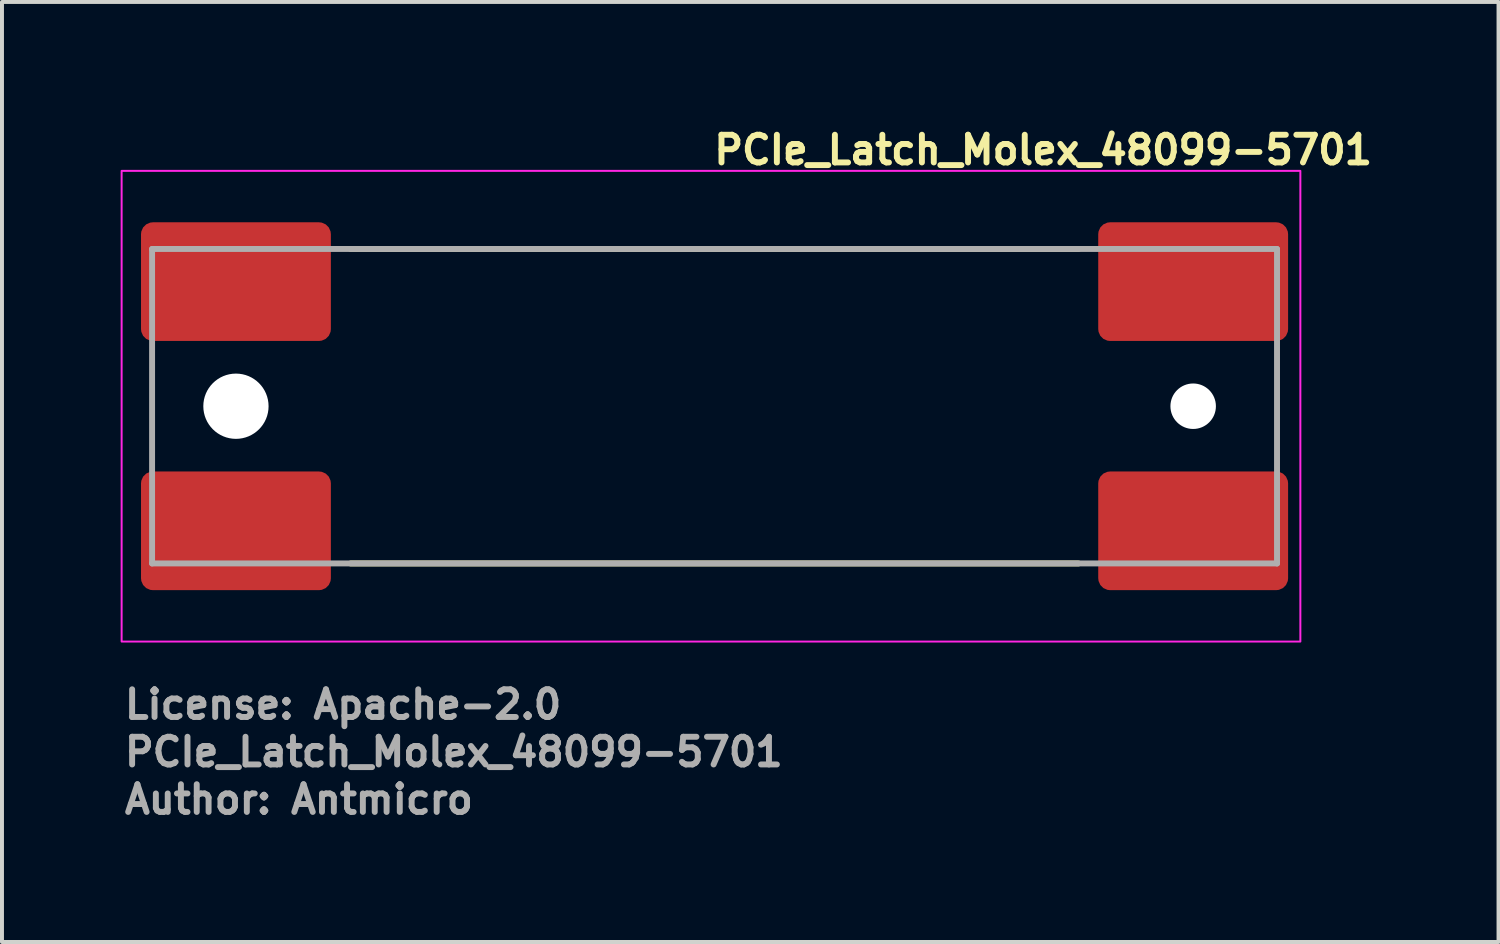
<source format=kicad_pcb>
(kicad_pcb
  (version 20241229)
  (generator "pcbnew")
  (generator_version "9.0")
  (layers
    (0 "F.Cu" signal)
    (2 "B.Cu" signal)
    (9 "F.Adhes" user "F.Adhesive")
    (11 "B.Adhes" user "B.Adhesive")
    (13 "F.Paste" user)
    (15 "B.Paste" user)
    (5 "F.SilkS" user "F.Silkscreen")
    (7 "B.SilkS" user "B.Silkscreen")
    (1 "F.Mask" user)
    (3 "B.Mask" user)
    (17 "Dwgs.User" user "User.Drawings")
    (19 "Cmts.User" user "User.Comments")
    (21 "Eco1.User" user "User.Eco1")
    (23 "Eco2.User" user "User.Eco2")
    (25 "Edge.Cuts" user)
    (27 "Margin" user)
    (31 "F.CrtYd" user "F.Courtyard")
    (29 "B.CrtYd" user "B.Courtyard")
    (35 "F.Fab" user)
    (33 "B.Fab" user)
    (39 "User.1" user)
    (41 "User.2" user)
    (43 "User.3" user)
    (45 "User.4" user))
  (footprint "PCIe_Latch_Molex_48099-5701"
    (layer "F.Cu")
    (at 14.925 7.15)
    (property "Reference" "PCIe_Latch_Molex_48099-5701" (at 0 -6 0) (layer "F.SilkS") (effects (font (size 0.7 0.7) (thickness 0.15)) (justify left bottom)))
    (attr smd)
    (fp_line (start -9.11 -3.905) (end 9.29 -3.905) (stroke (width 0.15) (type solid)) (layer "F.SilkS"))
    (fp_line (start -9.11 4.045) (end 9.29 4.045) (stroke (width 0.15) (type solid)) (layer "F.SilkS"))
    (fp_rect (start -14.9 -5.88) (end 14.9 6.02) (stroke (width 0.05) (type solid)) (fill no) (layer "F.CrtYd"))
    (fp_line (start -14.13 -3.905) (end 14.31 -3.905) (stroke (width 0.15) (type solid)) (layer "F.Fab"))
    (fp_line (start -14.13 4.045) (end -14.13 -3.905) (stroke (width 0.15) (type solid)) (layer "F.Fab"))
    (fp_line (start 14.31 -3.905) (end 14.31 4.045) (stroke (width 0.15) (type solid)) (layer "F.Fab"))
    (fp_line (start 14.31 4.045) (end -14.13 4.045) (stroke (width 0.15) (type solid)) (layer "F.Fab"))
    (fp_rect (start -14.5 -4.9) (end 14.5 4.9) (stroke (width 0.1) (type solid)) (fill no) (layer "User.5"))
    (fp_line (start -14.5 -4.4) (end -14.5 -1.4) (stroke (width 0.02) (type solid)) (layer "User.9"))
    (fp_line (start -14.5 -1.4) (end -14.225 -1.4) (stroke (width 0.02) (type solid)) (layer "User.9"))
    (fp_line (start -14.5 1.9) (end -14.5 4.9) (stroke (width 0.02) (type solid)) (layer "User.9"))
    (fp_line (start -14.5 4.9) (end -9.7 4.9) (stroke (width 0.02) (type solid)) (layer "User.9"))
    (fp_line (start -14.225 -4.35) (end -14.225 1.8) (stroke (width 0.02) (type solid)) (layer "User.9"))
    (fp_line (start -14.225 1.8) (end -14.225 3.6) (stroke (width 0.02) (type solid)) (layer "User.9"))
    (fp_line (start -14.225 1.8) (end -12.905 1.8) (stroke (width 0.02) (type solid)) (layer "User.9"))
    (fp_line (start -14.225 1.9) (end -14.5 1.9) (stroke (width 0.02) (type solid)) (layer "User.9"))
    (fp_line (start -14.175 -1.337) (end -14.174 -1.332) (stroke (width 0.02) (type solid)) (layer "User.9"))
    (fp_line (start -14.174 -1.332) (end -14.172 -1.317) (stroke (width 0.02) (type solid)) (layer "User.9"))
    (fp_line (start -14.172 -1.317) (end -14.169 -1.293) (stroke (width 0.02) (type solid)) (layer "User.9"))
    (fp_line (start -14.169 -1.293) (end -14.164 -1.259) (stroke (width 0.02) (type solid)) (layer "User.9"))
    (fp_line (start -14.164 -1.259) (end -14.158 -1.218) (stroke (width 0.02) (type solid)) (layer "User.9"))
    (fp_line (start -14.158 -1.218) (end -14.151 -1.168) (stroke (width 0.02) (type solid)) (layer "User.9"))
    (fp_line (start -14.151 -1.168) (end -14.143 -1.112) (stroke (width 0.02) (type solid)) (layer "User.9"))
    (fp_line (start -14.143 -1.112) (end -14.134 -1.051) (stroke (width 0.02) (type solid)) (layer "User.9"))
    (fp_line (start -14.134 -1.051) (end -14.124 -0.986) (stroke (width 0.02) (type solid)) (layer "User.9"))
    (fp_line (start -14.124 -0.986) (end -14.115 -0.917) (stroke (width 0.02) (type solid)) (layer "User.9"))
    (fp_line (start -14.115 -0.917) (end -14.105 -0.847) (stroke (width 0.02) (type solid)) (layer "User.9"))
    (fp_line (start -14.105 -0.847) (end -14.094 -0.777) (stroke (width 0.02) (type solid)) (layer "User.9"))
    (fp_line (start -14.094 -0.777) (end -14.085 -0.708) (stroke (width 0.02) (type solid)) (layer "User.9"))
    (fp_line (start -14.085 -0.708) (end -14.075 -0.642) (stroke (width 0.02) (type solid)) (layer "User.9"))
    (fp_line (start -14.075 -0.642) (end -14.054 -0.494) (stroke (width 0.02) (type solid)) (layer "User.9"))
    (fp_line (start -14.054 -0.494) (end -14.033 -0.348) (stroke (width 0.02) (type solid)) (layer "User.9"))
    (fp_line (start -14.033 -0.348) (end -14.012 -0.205) (stroke (width 0.02) (type solid)) (layer "User.9"))
    (fp_line (start -14.012 -0.205) (end -13.992 -0.066) (stroke (width 0.02) (type solid)) (layer "User.9"))
    (fp_line (start -13.992 -0.066) (end -13.973 0.07) (stroke (width 0.02) (type solid)) (layer "User.9"))
    (fp_line (start -13.973 0.07) (end -13.954 0.201) (stroke (width 0.02) (type solid)) (layer "User.9"))
    (fp_line (start -13.954 0.201) (end -13.935 0.328) (stroke (width 0.02) (type solid)) (layer "User.9"))
    (fp_line (start -13.935 0.328) (end -13.918 0.451) (stroke (width 0.02) (type solid)) (layer "User.9"))
    (fp_line (start -13.918 0.451) (end -13.901 0.569) (stroke (width 0.02) (type solid)) (layer "User.9"))
    (fp_line (start -13.901 0.569) (end -13.884 0.683) (stroke (width 0.02) (type solid)) (layer "User.9"))
    (fp_line (start -13.884 0.683) (end -13.869 0.791) (stroke (width 0.02) (type solid)) (layer "User.9"))
    (fp_line (start -13.869 0.791) (end -13.854 0.894) (stroke (width 0.02) (type solid)) (layer "User.9"))
    (fp_line (start -13.854 0.894) (end -13.84 0.992) (stroke (width 0.02) (type solid)) (layer "User.9"))
    (fp_line (start -13.84 0.992) (end -13.826 1.084) (stroke (width 0.02) (type solid)) (layer "User.9"))
    (fp_line (start -13.826 1.084) (end -13.825 1.092) (stroke (width 0.02) (type solid)) (layer "User.9"))
    (fp_line (start -13.825 1.092) (end -13.824 1.1) (stroke (width 0.02) (type solid)) (layer "User.9"))
    (fp_line (start -13.824 1.1) (end -13.823 1.108) (stroke (width 0.02) (type solid)) (layer "User.9"))
    (fp_line (start -13.823 1.108) (end -13.822 1.115) (stroke (width 0.02) (type solid)) (layer "User.9"))
    (fp_line (start -13.822 1.115) (end -13.821 1.121) (stroke (width 0.02) (type solid)) (layer "User.9"))
    (fp_line (start -13.821 1.121) (end -13.82 1.126) (stroke (width 0.02) (type solid)) (layer "User.9"))
    (fp_line (start -13.82 1.126) (end -13.82 1.131) (stroke (width 0.02) (type solid)) (layer "User.9"))
    (fp_line (start -13.82 1.131) (end -13.819 1.135) (stroke (width 0.02) (type solid)) (layer "User.9"))
    (fp_line (start -13.819 1.135) (end -13.819 1.139) (stroke (width 0.02) (type solid)) (layer "User.9"))
    (fp_line (start -13.819 1.139) (end -13.818 1.142) (stroke (width 0.02) (type solid)) (layer "User.9"))
    (fp_line (start -13.818 1.142) (end -13.818 1.144) (stroke (width 0.02) (type solid)) (layer "User.9"))
    (fp_line (start -13.818 1.144) (end -13.818 1.146) (stroke (width 0.02) (type solid)) (layer "User.9"))
    (fp_line (start -13.818 1.146) (end -13.817 1.147) (stroke (width 0.02) (type solid)) (layer "User.9"))
    (fp_line (start -13.817 1.147) (end -13.817 1.147) (stroke (width 0.02) (type solid)) (layer "User.9"))
    (fp_line (start -13.817 1.147) (end -13.812 1.187) (stroke (width 0.02) (type solid)) (layer "User.9"))
    (fp_line (start -13.525 -4.35) (end -14.225 -4.35) (stroke (width 0.02) (type solid)) (layer "User.9"))
    (fp_line (start -13.525 -4.35) (end -13.525 -3.4) (stroke (width 0.02) (type solid)) (layer "User.9"))
    (fp_line (start -13.525 -4.35) (end -12.295 -4.35) (stroke (width 0.02) (type solid)) (layer "User.9"))
    (fp_line (start -13.525 -3.4) (end -13.375 -3.25) (stroke (width 0.02) (type solid)) (layer "User.9"))
    (fp_line (start -13.375 -3.25) (end -12.295 -3.25) (stroke (width 0.02) (type solid)) (layer "User.9"))
    (fp_line (start -13.2 2.55) (end -13.196 2.457) (stroke (width 0.02) (type solid)) (layer "User.9"))
    (fp_line (start -13.196 2.457) (end -13.184 2.364) (stroke (width 0.02) (type solid)) (layer "User.9"))
    (fp_line (start -13.196 2.643) (end -13.2 2.55) (stroke (width 0.02) (type solid)) (layer "User.9"))
    (fp_line (start -13.184 2.364) (end -13.165 2.273) (stroke (width 0.02) (type solid)) (layer "User.9"))
    (fp_line (start -13.184 2.736) (end -13.196 2.643) (stroke (width 0.02) (type solid)) (layer "User.9"))
    (fp_line (start -13.165 2.273) (end -13.137 2.184) (stroke (width 0.02) (type solid)) (layer "User.9"))
    (fp_line (start -13.165 2.827) (end -13.184 2.736) (stroke (width 0.02) (type solid)) (layer "User.9"))
    (fp_line (start -13.137 2.184) (end -13.102 2.097) (stroke (width 0.02) (type solid)) (layer "User.9"))
    (fp_line (start -13.137 2.916) (end -13.165 2.827) (stroke (width 0.02) (type solid)) (layer "User.9"))
    (fp_line (start -13.102 2.097) (end -13.06 2.014) (stroke (width 0.02) (type solid)) (layer "User.9"))
    (fp_line (start -13.102 3.003) (end -13.137 2.916) (stroke (width 0.02) (type solid)) (layer "User.9"))
    (fp_line (start -13.06 2.014) (end -13.012 1.934) (stroke (width 0.02) (type solid)) (layer "User.9"))
    (fp_line (start -13.06 3.086) (end -13.102 3.003) (stroke (width 0.02) (type solid)) (layer "User.9"))
    (fp_line (start -13.012 1.934) (end -12.956 1.859) (stroke (width 0.02) (type solid)) (layer "User.9"))
    (fp_line (start -13.012 3.166) (end -13.06 3.086) (stroke (width 0.02) (type solid)) (layer "User.9"))
    (fp_line (start -13 -3.15) (end -13 -2.85) (stroke (width 0.02) (type solid)) (layer "User.9"))
    (fp_line (start -12.956 1.859) (end -12.894 1.789) (stroke (width 0.02) (type solid)) (layer "User.9"))
    (fp_line (start -12.956 3.241) (end -13.012 3.166) (stroke (width 0.02) (type solid)) (layer "User.9"))
    (fp_line (start -12.894 1.789) (end -12.827 1.725) (stroke (width 0.02) (type solid)) (layer "User.9"))
    (fp_line (start -12.894 3.311) (end -12.956 3.241) (stroke (width 0.02) (type solid)) (layer "User.9"))
    (fp_line (start -12.827 1.725) (end -12.754 1.666) (stroke (width 0.02) (type solid)) (layer "User.9"))
    (fp_line (start -12.827 3.375) (end -12.894 3.311) (stroke (width 0.02) (type solid)) (layer "User.9"))
    (fp_line (start -12.754 1.666) (end -12.677 1.614) (stroke (width 0.02) (type solid)) (layer "User.9"))
    (fp_line (start -12.754 3.434) (end -12.827 3.375) (stroke (width 0.02) (type solid)) (layer "User.9"))
    (fp_line (start -12.677 1.614) (end -12.596 1.568) (stroke (width 0.02) (type solid)) (layer "User.9"))
    (fp_line (start -12.677 3.486) (end -12.754 3.434) (stroke (width 0.02) (type solid)) (layer "User.9"))
    (fp_line (start -12.596 1.568) (end -12.511 1.53) (stroke (width 0.02) (type solid)) (layer "User.9"))
    (fp_line (start -12.596 3.532) (end -12.677 3.486) (stroke (width 0.02) (type solid)) (layer "User.9"))
    (fp_line (start -12.55 2.55) (end -12.546 2.491) (stroke (width 0.02) (type solid)) (layer "User.9"))
    (fp_line (start -12.546 2.491) (end -12.534 2.433) (stroke (width 0.02) (type solid)) (layer "User.9"))
    (fp_line (start -12.546 2.609) (end -12.55 2.55) (stroke (width 0.02) (type solid)) (layer "User.9"))
    (fp_line (start -12.534 2.433) (end -12.515 2.377) (stroke (width 0.02) (type solid)) (layer "User.9"))
    (fp_line (start -12.534 2.667) (end -12.546 2.609) (stroke (width 0.02) (type solid)) (layer "User.9"))
    (fp_line (start -12.515 2.377) (end -12.489 2.324) (stroke (width 0.02) (type solid)) (layer "User.9"))
    (fp_line (start -12.515 2.723) (end -12.534 2.667) (stroke (width 0.02) (type solid)) (layer "User.9"))
    (fp_line (start -12.511 1.53) (end -12.423 1.498) (stroke (width 0.02) (type solid)) (layer "User.9"))
    (fp_line (start -12.511 3.57) (end -12.596 3.532) (stroke (width 0.02) (type solid)) (layer "User.9"))
    (fp_line (start -12.489 2.324) (end -12.456 2.274) (stroke (width 0.02) (type solid)) (layer "User.9"))
    (fp_line (start -12.489 2.776) (end -12.515 2.723) (stroke (width 0.02) (type solid)) (layer "User.9"))
    (fp_line (start -12.456 2.274) (end -12.416 2.23) (stroke (width 0.02) (type solid)) (layer "User.9"))
    (fp_line (start -12.456 2.826) (end -12.489 2.776) (stroke (width 0.02) (type solid)) (layer "User.9"))
    (fp_line (start -12.428 3.6) (end -14.225 3.6) (stroke (width 0.02) (type solid)) (layer "User.9"))
    (fp_line (start -12.423 1.498) (end -12.332 1.475) (stroke (width 0.02) (type solid)) (layer "User.9"))
    (fp_line (start -12.423 3.602) (end -12.511 3.57) (stroke (width 0.02) (type solid)) (layer "User.9"))
    (fp_line (start -12.416 2.23) (end -12.372 2.191) (stroke (width 0.02) (type solid)) (layer "User.9"))
    (fp_line (start -12.416 2.87) (end -12.456 2.826) (stroke (width 0.02) (type solid)) (layer "User.9"))
    (fp_line (start -12.372 2.191) (end -12.322 2.159) (stroke (width 0.02) (type solid)) (layer "User.9"))
    (fp_line (start -12.372 2.909) (end -12.416 2.87) (stroke (width 0.02) (type solid)) (layer "User.9"))
    (fp_line (start -12.332 1.475) (end -12.24 1.459) (stroke (width 0.02) (type solid)) (layer "User.9"))
    (fp_line (start -12.332 3.625) (end -12.423 3.602) (stroke (width 0.02) (type solid)) (layer "User.9"))
    (fp_line (start -12.322 2.159) (end -12.269 2.133) (stroke (width 0.02) (type solid)) (layer "User.9"))
    (fp_line (start -12.322 2.941) (end -12.372 2.909) (stroke (width 0.02) (type solid)) (layer "User.9"))
    (fp_line (start -12.295 -4.35) (end -12.295 -3.25) (stroke (width 0.02) (type solid)) (layer "User.9"))
    (fp_line (start -12.295 -3.25) (end -12.295 -3.15) (stroke (width 0.02) (type solid)) (layer "User.9"))
    (fp_line (start -12.269 2.133) (end -12.212 2.114) (stroke (width 0.02) (type solid)) (layer "User.9"))
    (fp_line (start -12.269 2.967) (end -12.322 2.941) (stroke (width 0.02) (type solid)) (layer "User.9"))
    (fp_line (start -12.245 -1.615) (end -14.175 -1.337) (stroke (width 0.02) (type solid)) (layer "User.9"))
    (fp_line (start -12.245 -1.615) (end -12.244 -1.61) (stroke (width 0.02) (type solid)) (layer "User.9"))
    (fp_line (start -12.245 -1.615) (end -11.85 -1.672) (stroke (width 0.02) (type solid)) (layer "User.9"))
    (fp_line (start -12.244 -1.61) (end -12.242 -1.595) (stroke (width 0.02) (type solid)) (layer "User.9"))
    (fp_line (start -12.242 -1.595) (end -12.239 -1.571) (stroke (width 0.02) (type solid)) (layer "User.9"))
    (fp_line (start -12.24 1.459) (end -12.147 1.451) (stroke (width 0.02) (type solid)) (layer "User.9"))
    (fp_line (start -12.24 3.641) (end -12.332 3.625) (stroke (width 0.02) (type solid)) (layer "User.9"))
    (fp_line (start -12.239 -1.571) (end -12.234 -1.537) (stroke (width 0.02) (type solid)) (layer "User.9"))
    (fp_line (start -12.234 -1.537) (end -12.228 -1.496) (stroke (width 0.02) (type solid)) (layer "User.9"))
    (fp_line (start -12.228 -1.496) (end -12.221 -1.446) (stroke (width 0.02) (type solid)) (layer "User.9"))
    (fp_line (start -12.221 -1.446) (end -12.213 -1.39) (stroke (width 0.02) (type solid)) (layer "User.9"))
    (fp_line (start -12.213 -1.39) (end -12.204 -1.329) (stroke (width 0.02) (type solid)) (layer "User.9"))
    (fp_line (start -12.212 2.114) (end -12.154 2.103) (stroke (width 0.02) (type solid)) (layer "User.9"))
    (fp_line (start -12.212 2.986) (end -12.269 2.967) (stroke (width 0.02) (type solid)) (layer "User.9"))
    (fp_line (start -12.204 -1.329) (end -12.194 -1.263) (stroke (width 0.02) (type solid)) (layer "User.9"))
    (fp_line (start -12.2 -4.05) (end -12.2 -3.15) (stroke (width 0.02) (type solid)) (layer "User.9"))
    (fp_line (start -12.196 -4.097) (end -12.2 -4.05) (stroke (width 0.02) (type solid)) (layer "User.9"))
    (fp_line (start -12.194 -1.263) (end -12.185 -1.195) (stroke (width 0.02) (type solid)) (layer "User.9"))
    (fp_line (start -12.185 -4.143) (end -12.196 -4.097) (stroke (width 0.02) (type solid)) (layer "User.9"))
    (fp_line (start -12.185 -1.195) (end -12.174 -1.125) (stroke (width 0.02) (type solid)) (layer "User.9"))
    (fp_line (start -12.174 -1.125) (end -12.164 -1.055) (stroke (width 0.02) (type solid)) (layer "User.9"))
    (fp_line (start -12.167 -4.186) (end -12.185 -4.143) (stroke (width 0.02) (type solid)) (layer "User.9"))
    (fp_line (start -12.164 -1.055) (end -12.154 -0.986) (stroke (width 0.02) (type solid)) (layer "User.9"))
    (fp_line (start -12.154 -0.986) (end -12.145 -0.92) (stroke (width 0.02) (type solid)) (layer "User.9"))
    (fp_line (start -12.154 2.103) (end -12.095 2.1) (stroke (width 0.02) (type solid)) (layer "User.9"))
    (fp_line (start -12.154 2.997) (end -12.212 2.986) (stroke (width 0.02) (type solid)) (layer "User.9"))
    (fp_line (start -12.147 1.451) (end -12.054 1.451) (stroke (width 0.02) (type solid)) (layer "User.9"))
    (fp_line (start -12.147 3.649) (end -12.24 3.641) (stroke (width 0.02) (type solid)) (layer "User.9"))
    (fp_line (start -12.145 -0.92) (end -14.075 -0.642) (stroke (width 0.02) (type solid)) (layer "User.9"))
    (fp_line (start -12.145 -0.92) (end -12.124 -0.771) (stroke (width 0.02) (type solid)) (layer "User.9"))
    (fp_line (start -12.143 -4.226) (end -12.167 -4.186) (stroke (width 0.02) (type solid)) (layer "User.9"))
    (fp_line (start -12.124 -0.771) (end -12.103 -0.626) (stroke (width 0.02) (type solid)) (layer "User.9"))
    (fp_line (start -12.112 -4.262) (end -12.143 -4.226) (stroke (width 0.02) (type solid)) (layer "User.9"))
    (fp_line (start -12.103 -0.626) (end -12.082 -0.483) (stroke (width 0.02) (type solid)) (layer "User.9"))
    (fp_line (start -12.095 2.1) (end -12.036 2.105) (stroke (width 0.02) (type solid)) (layer "User.9"))
    (fp_line (start -12.095 3) (end -12.154 2.997) (stroke (width 0.02) (type solid)) (layer "User.9"))
    (fp_line (start -12.082 -0.483) (end -12.062 -0.344) (stroke (width 0.02) (type solid)) (layer "User.9"))
    (fp_line (start -12.076 -4.293) (end -12.112 -4.262) (stroke (width 0.02) (type solid)) (layer "User.9"))
    (fp_line (start -12.062 -0.344) (end -12.042 -0.208) (stroke (width 0.02) (type solid)) (layer "User.9"))
    (fp_line (start -12.054 1.451) (end -11.961 1.459) (stroke (width 0.02) (type solid)) (layer "User.9"))
    (fp_line (start -12.054 3.649) (end -12.147 3.649) (stroke (width 0.02) (type solid)) (layer "User.9"))
    (fp_line (start -12.042 -0.208) (end -12.024 -0.077) (stroke (width 0.02) (type solid)) (layer "User.9"))
    (fp_line (start -12.036 -4.317) (end -12.076 -4.293) (stroke (width 0.02) (type solid)) (layer "User.9"))
    (fp_line (start -12.036 2.105) (end -11.978 2.117) (stroke (width 0.02) (type solid)) (layer "User.9"))
    (fp_line (start -12.036 2.995) (end -12.095 3) (stroke (width 0.02) (type solid)) (layer "User.9"))
    (fp_line (start -12.024 -0.077) (end -12.005 0.05) (stroke (width 0.02) (type solid)) (layer "User.9"))
    (fp_line (start -12.005 0.05) (end -11.988 0.173) (stroke (width 0.02) (type solid)) (layer "User.9"))
    (fp_line (start -11.993 -4.335) (end -12.036 -4.317) (stroke (width 0.02) (type solid)) (layer "User.9"))
    (fp_line (start -11.988 0.173) (end -11.971 0.291) (stroke (width 0.02) (type solid)) (layer "User.9"))
    (fp_line (start -11.978 2.117) (end -11.922 2.137) (stroke (width 0.02) (type solid)) (layer "User.9"))
    (fp_line (start -11.978 2.983) (end -12.036 2.995) (stroke (width 0.02) (type solid)) (layer "User.9"))
    (fp_line (start -11.971 0.291) (end -11.954 0.405) (stroke (width 0.02) (type solid)) (layer "User.9"))
    (fp_line (start -11.961 1.459) (end -11.869 1.475) (stroke (width 0.02) (type solid)) (layer "User.9"))
    (fp_line (start -11.961 3.641) (end -12.054 3.649) (stroke (width 0.02) (type solid)) (layer "User.9"))
    (fp_line (start -11.954 0.405) (end -11.939 0.513) (stroke (width 0.02) (type solid)) (layer "User.9"))
    (fp_line (start -11.947 -4.346) (end -11.993 -4.335) (stroke (width 0.02) (type solid)) (layer "User.9"))
    (fp_line (start -11.939 0.513) (end -11.924 0.616) (stroke (width 0.02) (type solid)) (layer "User.9"))
    (fp_line (start -11.924 0.616) (end -11.91 0.714) (stroke (width 0.02) (type solid)) (layer "User.9"))
    (fp_line (start -11.922 2.137) (end -11.869 2.164) (stroke (width 0.02) (type solid)) (layer "User.9"))
    (fp_line (start -11.922 2.963) (end -11.978 2.983) (stroke (width 0.02) (type solid)) (layer "User.9"))
    (fp_line (start -11.91 0.714) (end -11.896 0.806) (stroke (width 0.02) (type solid)) (layer "User.9"))
    (fp_line (start -11.9 -4.35) (end -11.947 -4.346) (stroke (width 0.02) (type solid)) (layer "User.9"))
    (fp_line (start -11.896 0.806) (end -13.826 1.084) (stroke (width 0.02) (type solid)) (layer "User.9"))
    (fp_line (start -11.896 0.806) (end -11.895 0.814) (stroke (width 0.02) (type solid)) (layer "User.9"))
    (fp_line (start -11.895 0.814) (end -11.894 0.822) (stroke (width 0.02) (type solid)) (layer "User.9"))
    (fp_line (start -11.894 0.822) (end -11.893 0.83) (stroke (width 0.02) (type solid)) (layer "User.9"))
    (fp_line (start -11.893 0.83) (end -11.892 0.837) (stroke (width 0.02) (type solid)) (layer "User.9"))
    (fp_line (start -11.892 0.837) (end -11.891 0.843) (stroke (width 0.02) (type solid)) (layer "User.9"))
    (fp_line (start -11.891 0.843) (end -11.89 0.848) (stroke (width 0.02) (type solid)) (layer "User.9"))
    (fp_line (start -11.89 0.848) (end -11.89 0.853) (stroke (width 0.02) (type solid)) (layer "User.9"))
    (fp_line (start -11.89 0.853) (end -11.889 0.858) (stroke (width 0.02) (type solid)) (layer "User.9"))
    (fp_line (start -11.889 0.858) (end -11.888 0.861) (stroke (width 0.02) (type solid)) (layer "User.9"))
    (fp_line (start -11.888 0.861) (end -11.888 0.864) (stroke (width 0.02) (type solid)) (layer "User.9"))
    (fp_line (start -11.888 0.864) (end -11.888 0.866) (stroke (width 0.02) (type solid)) (layer "User.9"))
    (fp_line (start -11.888 0.866) (end -11.887 0.868) (stroke (width 0.02) (type solid)) (layer "User.9"))
    (fp_line (start -11.887 0.868) (end -11.887 0.869) (stroke (width 0.02) (type solid)) (layer "User.9"))
    (fp_line (start -11.887 0.869) (end -13.817 1.147) (stroke (width 0.02) (type solid)) (layer "User.9"))
    (fp_line (start -11.887 0.869) (end -11.887 0.869) (stroke (width 0.02) (type solid)) (layer "User.9"))
    (fp_line (start -11.887 0.869) (end -11.882 0.909) (stroke (width 0.02) (type solid)) (layer "User.9"))
    (fp_line (start -11.882 0.909) (end -13.812 1.187) (stroke (width 0.02) (type solid)) (layer "User.9"))
    (fp_line (start -11.869 1.574) (end -11.869 1.475) (stroke (width 0.02) (type solid)) (layer "User.9"))
    (fp_line (start -11.869 1.662) (end -11.869 1.574) (stroke (width 0.02) (type solid)) (layer "User.9"))
    (fp_line (start -11.869 1.8) (end -11.869 1.475) (stroke (width 0.02) (type solid)) (layer "User.9"))
    (fp_line (start -11.869 1.8) (end -11.869 2.5) (stroke (width 0.02) (type solid)) (layer "User.9"))
    (fp_line (start -11.869 1.8) (end -11.85 1.8) (stroke (width 0.02) (type solid)) (layer "User.9"))
    (fp_line (start -11.869 1.826) (end -11.869 1.662) (stroke (width 0.02) (type solid)) (layer "User.9"))
    (fp_line (start -11.869 1.993) (end -11.869 1.826) (stroke (width 0.02) (type solid)) (layer "User.9"))
    (fp_line (start -11.869 2.164) (end -11.869 1.993) (stroke (width 0.02) (type solid)) (layer "User.9"))
    (fp_line (start -11.869 2.164) (end -11.869 2.936) (stroke (width 0.02) (type solid)) (layer "User.9"))
    (fp_line (start -11.869 2.936) (end -11.922 2.963) (stroke (width 0.02) (type solid)) (layer "User.9"))
    (fp_line (start -11.869 3) (end -11.869 2.5) (stroke (width 0.02) (type solid)) (layer "User.9"))
    (fp_line (start -11.869 3.107) (end -11.869 2.936) (stroke (width 0.02) (type solid)) (layer "User.9"))
    (fp_line (start -11.869 3.273) (end -11.869 3.107) (stroke (width 0.02) (type solid)) (layer "User.9"))
    (fp_line (start -11.869 3.3) (end -11.869 3) (stroke (width 0.02) (type solid)) (layer "User.9"))
    (fp_line (start -11.869 3.3) (end -11.5 3.3) (stroke (width 0.02) (type solid)) (layer "User.9"))
    (fp_line (start -11.869 3.437) (end -11.869 3.273) (stroke (width 0.02) (type solid)) (layer "User.9"))
    (fp_line (start -11.869 3.526) (end -11.869 3.437) (stroke (width 0.02) (type solid)) (layer "User.9"))
    (fp_line (start -11.869 3.625) (end -11.961 3.641) (stroke (width 0.02) (type solid)) (layer "User.9"))
    (fp_line (start -11.869 3.625) (end -11.869 3.526) (stroke (width 0.02) (type solid)) (layer "User.9"))
    (fp_line (start -11.85 -3.15) (end -13 -3.15) (stroke (width 0.02) (type solid)) (layer "User.9"))
    (fp_line (start -11.85 -3.15) (end -11.85 -3.147) (stroke (width 0.02) (type solid)) (layer "User.9"))
    (fp_line (start -11.85 -3.15) (end -5.75 -3.15) (stroke (width 0.02) (type solid)) (layer "User.9"))
    (fp_line (start -11.85 -3.147) (end -11.85 -3.14) (stroke (width 0.02) (type solid)) (layer "User.9"))
    (fp_line (start -11.85 -3.14) (end -11.85 -3.128) (stroke (width 0.02) (type solid)) (layer "User.9"))
    (fp_line (start -11.85 -3.128) (end -11.85 -3.11) (stroke (width 0.02) (type solid)) (layer "User.9"))
    (fp_line (start -11.85 -3.11) (end -11.85 -3.089) (stroke (width 0.02) (type solid)) (layer "User.9"))
    (fp_line (start -11.85 -3.089) (end -11.85 -3.063) (stroke (width 0.02) (type solid)) (layer "User.9"))
    (fp_line (start -11.85 -3.063) (end -11.85 -3.033) (stroke (width 0.02) (type solid)) (layer "User.9"))
    (fp_line (start -11.85 -3.033) (end -11.85 -2.999) (stroke (width 0.02) (type solid)) (layer "User.9"))
    (fp_line (start -11.85 -2.999) (end -11.85 -2.963) (stroke (width 0.02) (type solid)) (layer "User.9"))
    (fp_line (start -11.85 -2.963) (end -11.85 -2.924) (stroke (width 0.02) (type solid)) (layer "User.9"))
    (fp_line (start -11.85 -2.924) (end -11.85 -2.882) (stroke (width 0.02) (type solid)) (layer "User.9"))
    (fp_line (start -11.85 -2.882) (end -11.85 -2.839) (stroke (width 0.02) (type solid)) (layer "User.9"))
    (fp_line (start -11.85 -2.85) (end -13 -2.85) (stroke (width 0.02) (type solid)) (layer "User.9"))
    (fp_line (start -11.85 -2.839) (end -11.85 -2.795) (stroke (width 0.02) (type solid)) (layer "User.9"))
    (fp_line (start -11.85 -2.795) (end -11.85 -2.75) (stroke (width 0.02) (type solid)) (layer "User.9"))
    (fp_line (start -11.85 -2.75) (end -5.75 -2.75) (stroke (width 0.02) (type solid)) (layer "User.9"))
    (fp_line (start -11.85 -1.369) (end -12.202 -1.318) (stroke (width 0.02) (type solid)) (layer "User.9"))
    (fp_line (start -11.85 -1.08) (end -11.85 -2.75) (stroke (width 0.02) (type solid)) (layer "User.9"))
    (fp_line (start -11.85 -1.08) (end -11.85 -1.035) (stroke (width 0.02) (type solid)) (layer "User.9"))
    (fp_line (start -11.85 -1.08) (end -5.75 -1.08) (stroke (width 0.02) (type solid)) (layer "User.9"))
    (fp_line (start -11.85 -1.035) (end -11.85 -0.991) (stroke (width 0.02) (type solid)) (layer "User.9"))
    (fp_line (start -11.85 -0.991) (end -11.85 -0.948) (stroke (width 0.02) (type solid)) (layer "User.9"))
    (fp_line (start -11.85 -0.948) (end -11.85 -0.906) (stroke (width 0.02) (type solid)) (layer "User.9"))
    (fp_line (start -11.85 -0.906) (end -11.85 -0.867) (stroke (width 0.02) (type solid)) (layer "User.9"))
    (fp_line (start -11.85 -0.867) (end -11.85 -0.831) (stroke (width 0.02) (type solid)) (layer "User.9"))
    (fp_line (start -11.85 -0.831) (end -11.85 -0.797) (stroke (width 0.02) (type solid)) (layer "User.9"))
    (fp_line (start -11.85 -0.797) (end -11.85 -0.767) (stroke (width 0.02) (type solid)) (layer "User.9"))
    (fp_line (start -11.85 -0.767) (end -11.85 -0.741) (stroke (width 0.02) (type solid)) (layer "User.9"))
    (fp_line (start -11.85 -0.741) (end -11.85 -0.72) (stroke (width 0.02) (type solid)) (layer "User.9"))
    (fp_line (start -11.85 -0.72) (end -11.85 -0.702) (stroke (width 0.02) (type solid)) (layer "User.9"))
    (fp_line (start -11.85 -0.702) (end -11.85 -0.69) (stroke (width 0.02) (type solid)) (layer "User.9"))
    (fp_line (start -11.85 -0.69) (end -11.85 -0.683) (stroke (width 0.02) (type solid)) (layer "User.9"))
    (fp_line (start -11.85 -0.683) (end -11.85 -0.68) (stroke (width 0.02) (type solid)) (layer "User.9"))
    (fp_line (start -11.85 -0.68) (end -11.85 2.82) (stroke (width 0.02) (type solid)) (layer "User.9"))
    (fp_line (start -11.85 -0.68) (end -5.75 -0.68) (stroke (width 0.02) (type solid)) (layer "User.9"))
    (fp_line (start -11.85 2.5) (end -11.869 2.5) (stroke (width 0.02) (type solid)) (layer "User.9"))
    (fp_line (start -11.85 2.82) (end -11.85 2.842) (stroke (width 0.02) (type solid)) (layer "User.9"))
    (fp_line (start -11.85 2.82) (end -9.9 2.82) (stroke (width 0.02) (type solid)) (layer "User.9"))
    (fp_line (start -11.85 2.842) (end -11.85 2.865) (stroke (width 0.02) (type solid)) (layer "User.9"))
    (fp_line (start -11.85 2.865) (end -11.85 2.886) (stroke (width 0.02) (type solid)) (layer "User.9"))
    (fp_line (start -11.85 2.886) (end -11.85 2.907) (stroke (width 0.02) (type solid)) (layer "User.9"))
    (fp_line (start -11.85 2.907) (end -11.85 2.926) (stroke (width 0.02) (type solid)) (layer "User.9"))
    (fp_line (start -11.85 2.926) (end -11.85 2.945) (stroke (width 0.02) (type solid)) (layer "User.9"))
    (fp_line (start -11.85 2.945) (end -11.85 2.961) (stroke (width 0.02) (type solid)) (layer "User.9"))
    (fp_line (start -11.85 2.961) (end -11.85 2.976) (stroke (width 0.02) (type solid)) (layer "User.9"))
    (fp_line (start -11.85 2.976) (end -11.85 2.989) (stroke (width 0.02) (type solid)) (layer "User.9"))
    (fp_line (start -11.85 2.989) (end -11.85 3) (stroke (width 0.02) (type solid)) (layer "User.9"))
    (fp_line (start -11.85 3) (end -11.869 3) (stroke (width 0.02) (type solid)) (layer "User.9"))
    (fp_line (start -11.85 3) (end -11.85 3.009) (stroke (width 0.02) (type solid)) (layer "User.9"))
    (fp_line (start -11.85 3.009) (end -11.85 3.015) (stroke (width 0.02) (type solid)) (layer "User.9"))
    (fp_line (start -11.85 3.015) (end -11.85 3.019) (stroke (width 0.02) (type solid)) (layer "User.9"))
    (fp_line (start -11.85 3.019) (end -11.85 3.02) (stroke (width 0.02) (type solid)) (layer "User.9"))
    (fp_line (start -11.85 3.02) (end -9.9 3.02) (stroke (width 0.02) (type solid)) (layer "User.9"))
    (fp_line (start -11.5 3.3) (end -11.5 3.02) (stroke (width 0.02) (type solid)) (layer "User.9"))
    (fp_line (start -11.475 3.52) (end -11.175 3.52) (stroke (width 0.02) (type solid)) (layer "User.9"))
    (fp_line (start -11.475 4.36) (end -11.475 3.52) (stroke (width 0.02) (type solid)) (layer "User.9"))
    (fp_line (start -11.471 4.399) (end -11.475 4.36) (stroke (width 0.02) (type solid)) (layer "User.9"))
    (fp_line (start -11.46 4.437) (end -11.471 4.399) (stroke (width 0.02) (type solid)) (layer "User.9"))
    (fp_line (start -11.441 4.471) (end -11.46 4.437) (stroke (width 0.02) (type solid)) (layer "User.9"))
    (fp_line (start -11.416 4.501) (end -11.441 4.471) (stroke (width 0.02) (type solid)) (layer "User.9"))
    (fp_line (start -11.386 4.526) (end -11.416 4.501) (stroke (width 0.02) (type solid)) (layer "User.9"))
    (fp_line (start -11.352 4.545) (end -11.386 4.526) (stroke (width 0.02) (type solid)) (layer "User.9"))
    (fp_line (start -11.314 4.556) (end -11.352 4.545) (stroke (width 0.02) (type solid)) (layer "User.9"))
    (fp_line (start -11.275 4.56) (end -11.314 4.556) (stroke (width 0.02) (type solid)) (layer "User.9"))
    (fp_line (start -11.2 -4.35) (end -11.9 -4.35) (stroke (width 0.02) (type solid)) (layer "User.9"))
    (fp_line (start -11.175 3.02) (end -11.175 3.52) (stroke (width 0.02) (type solid)) (layer "User.9"))
    (fp_line (start -11.153 -4.346) (end -11.2 -4.35) (stroke (width 0.02) (type solid)) (layer "User.9"))
    (fp_line (start -11.107 -4.335) (end -11.153 -4.346) (stroke (width 0.02) (type solid)) (layer "User.9"))
    (fp_line (start -11.064 -4.317) (end -11.107 -4.335) (stroke (width 0.02) (type solid)) (layer "User.9"))
    (fp_line (start -11.024 -4.293) (end -11.064 -4.317) (stroke (width 0.02) (type solid)) (layer "User.9"))
    (fp_line (start -10.988 -4.262) (end -11.024 -4.293) (stroke (width 0.02) (type solid)) (layer "User.9"))
    (fp_line (start -10.957 -4.226) (end -10.988 -4.262) (stroke (width 0.02) (type solid)) (layer "User.9"))
    (fp_line (start -10.933 -4.186) (end -10.957 -4.226) (stroke (width 0.02) (type solid)) (layer "User.9"))
    (fp_line (start -10.915 -4.143) (end -10.933 -4.186) (stroke (width 0.02) (type solid)) (layer "User.9"))
    (fp_line (start -10.904 -4.097) (end -10.915 -4.143) (stroke (width 0.02) (type solid)) (layer "User.9"))
    (fp_line (start -10.9 -4.05) (end -10.904 -4.097) (stroke (width 0.02) (type solid)) (layer "User.9"))
    (fp_line (start -10.9 -3.15) (end -10.9 -4.05) (stroke (width 0.02) (type solid)) (layer "User.9"))
    (fp_line (start -10.795 -4.35) (end -10.795 -3.25) (stroke (width 0.02) (type solid)) (layer "User.9"))
    (fp_line (start -10.795 -3.25) (end -5.75 -3.25) (stroke (width 0.02) (type solid)) (layer "User.9"))
    (fp_line (start -10.795 -3.15) (end -10.795 -3.25) (stroke (width 0.02) (type solid)) (layer "User.9"))
    (fp_line (start -10.225 3.52) (end -10.225 3.02) (stroke (width 0.02) (type solid)) (layer "User.9"))
    (fp_line (start -10.225 3.52) (end -9.925 3.52) (stroke (width 0.02) (type solid)) (layer "User.9"))
    (fp_line (start -10.125 4.56) (end -11.275 4.56) (stroke (width 0.02) (type solid)) (layer "User.9"))
    (fp_line (start -10.086 4.556) (end -10.125 4.56) (stroke (width 0.02) (type solid)) (layer "User.9"))
    (fp_line (start -10.048 4.545) (end -10.086 4.556) (stroke (width 0.02) (type solid)) (layer "User.9"))
    (fp_line (start -10.014 4.526) (end -10.048 4.545) (stroke (width 0.02) (type solid)) (layer "User.9"))
    (fp_line (start -9.984 4.501) (end -10.014 4.526) (stroke (width 0.02) (type solid)) (layer "User.9"))
    (fp_line (start -9.959 4.471) (end -9.984 4.501) (stroke (width 0.02) (type solid)) (layer "User.9"))
    (fp_line (start -9.94 4.437) (end -9.959 4.471) (stroke (width 0.02) (type solid)) (layer "User.9"))
    (fp_line (start -9.929 4.399) (end -9.94 4.437) (stroke (width 0.02) (type solid)) (layer "User.9"))
    (fp_line (start -9.925 3.52) (end -9.925 4.36) (stroke (width 0.02) (type solid)) (layer "User.9"))
    (fp_line (start -9.925 4.36) (end -9.929 4.399) (stroke (width 0.02) (type solid)) (layer "User.9"))
    (fp_line (start -9.9 -0.68) (end -9.9 2.82) (stroke (width 0.02) (type solid)) (layer "User.9"))
    (fp_line (start -9.9 2.842) (end -9.9 2.82) (stroke (width 0.02) (type solid)) (layer "User.9"))
    (fp_line (start -9.9 2.865) (end -9.9 2.842) (stroke (width 0.02) (type solid)) (layer "User.9"))
    (fp_line (start -9.9 2.886) (end -9.9 2.865) (stroke (width 0.02) (type solid)) (layer "User.9"))
    (fp_line (start -9.9 2.907) (end -9.9 2.886) (stroke (width 0.02) (type solid)) (layer "User.9"))
    (fp_line (start -9.9 2.926) (end -9.9 2.907) (stroke (width 0.02) (type solid)) (layer "User.9"))
    (fp_line (start -9.9 2.945) (end -9.9 2.926) (stroke (width 0.02) (type solid)) (layer "User.9"))
    (fp_line (start -9.9 2.961) (end -9.9 2.945) (stroke (width 0.02) (type solid)) (layer "User.9"))
    (fp_line (start -9.9 2.976) (end -9.9 2.961) (stroke (width 0.02) (type solid)) (layer "User.9"))
    (fp_line (start -9.9 2.989) (end -9.9 2.976) (stroke (width 0.02) (type solid)) (layer "User.9"))
    (fp_line (start -9.9 3) (end -9.9 2.989) (stroke (width 0.02) (type solid)) (layer "User.9"))
    (fp_line (start -9.9 3.009) (end -9.9 3) (stroke (width 0.02) (type solid)) (layer "User.9"))
    (fp_line (start -9.9 3.015) (end -9.9 3.009) (stroke (width 0.02) (type solid)) (layer "User.9"))
    (fp_line (start -9.9 3.019) (end -9.9 3.015) (stroke (width 0.02) (type solid)) (layer "User.9"))
    (fp_line (start -9.9 3.02) (end -9.9 3.019) (stroke (width 0.02) (type solid)) (layer "User.9"))
    (fp_line (start -9.9 3.3) (end -9.9 3.02) (stroke (width 0.02) (type solid)) (layer "User.9"))
    (fp_line (start -9.9 3.3) (end -9.5 3.3) (stroke (width 0.02) (type solid)) (layer "User.9"))
    (fp_line (start -9.75 -0.68) (end -9.75 3) (stroke (width 0.02) (type solid)) (layer "User.9"))
    (fp_line (start -9.75 2.5) (end -9.9 2.5) (stroke (width 0.02) (type solid)) (layer "User.9"))
    (fp_line (start -9.75 3) (end -9.9 3) (stroke (width 0.02) (type solid)) (layer "User.9"))
    (fp_line (start -9.7 -4.4) (end -14.5 -4.4) (stroke (width 0.02) (type solid)) (layer "User.9"))
    (fp_line (start -9.7 -4.35) (end -9.7 -4.4) (stroke (width 0.02) (type solid)) (layer "User.9"))
    (fp_line (start -9.7 4.9) (end -9.7 3.3) (stroke (width 0.02) (type solid)) (layer "User.9"))
    (fp_line (start -9.5 0.25) (end -8.57 -0.68) (stroke (width 0.02) (type solid)) (layer "User.9"))
    (fp_line (start -9.5 3.3) (end -9.5 0.25) (stroke (width 0.02) (type solid)) (layer "User.9"))
    (fp_line (start -7.95 -0.45) (end -5.75 -0.45) (stroke (width 0.02) (type solid)) (layer "User.9"))
    (fp_line (start -7.95 0.1) (end -7.95 -0.45) (stroke (width 0.02) (type solid)) (layer "User.9"))
    (fp_line (start -7.5 -0.68) (end -7.5 -0.45) (stroke (width 0.02) (type solid)) (layer "User.9"))
    (fp_line (start -6 -0.45) (end -6 -0.68) (stroke (width 0.02) (type solid)) (layer "User.9"))
    (fp_line (start -5.75 -0.45) (end -5.75 -4.35) (stroke (width 0.02) (type solid)) (layer "User.9"))
    (fp_line (start -4 0.1) (end -7.95 0.1) (stroke (width 0.02) (type solid)) (layer "User.9"))
    (fp_line (start -3.94 0.104) (end -4 0.1) (stroke (width 0.02) (type solid)) (layer "User.9"))
    (fp_line (start -3.88 0.115) (end -3.94 0.104) (stroke (width 0.02) (type solid)) (layer "User.9"))
    (fp_line (start -3.823 0.132) (end -3.88 0.115) (stroke (width 0.02) (type solid)) (layer "User.9"))
    (fp_line (start -3.768 0.157) (end -3.823 0.132) (stroke (width 0.02) (type solid)) (layer "User.9"))
    (fp_line (start -3.716 0.189) (end -3.768 0.157) (stroke (width 0.02) (type solid)) (layer "User.9"))
    (fp_line (start -3.668 0.226) (end -3.716 0.189) (stroke (width 0.02) (type solid)) (layer "User.9"))
    (fp_line (start -3.626 0.268) (end -3.668 0.226) (stroke (width 0.02) (type solid)) (layer "User.9"))
    (fp_line (start -3.589 0.316) (end -3.626 0.268) (stroke (width 0.02) (type solid)) (layer "User.9"))
    (fp_line (start -3.557 0.368) (end -3.589 0.316) (stroke (width 0.02) (type solid)) (layer "User.9"))
    (fp_line (start -3.532 0.423) (end -3.557 0.368) (stroke (width 0.02) (type solid)) (layer "User.9"))
    (fp_line (start -3.515 0.48) (end -3.532 0.423) (stroke (width 0.02) (type solid)) (layer "User.9"))
    (fp_line (start -3.504 0.54) (end -3.515 0.48) (stroke (width 0.02) (type solid)) (layer "User.9"))
    (fp_line (start -3.5 0.6) (end -3.504 0.54) (stroke (width 0.02) (type solid)) (layer "User.9"))
    (fp_line (start -3.5 2.1) (end -3.5 0.6) (stroke (width 0.02) (type solid)) (layer "User.9"))
    (fp_line (start 3.5 0.6) (end 3.5 2.1) (stroke (width 0.02) (type solid)) (layer "User.9"))
    (fp_line (start 3.5 2.1) (end -3.5 2.1) (stroke (width 0.02) (type solid)) (layer "User.9"))
    (fp_line (start 3.504 0.54) (end 3.5 0.6) (stroke (width 0.02) (type solid)) (layer "User.9"))
    (fp_line (start 3.515 0.48) (end 3.504 0.54) (stroke (width 0.02) (type solid)) (layer "User.9"))
    (fp_line (start 3.532 0.423) (end 3.515 0.48) (stroke (width 0.02) (type solid)) (layer "User.9"))
    (fp_line (start 3.557 0.368) (end 3.532 0.423) (stroke (width 0.02) (type solid)) (layer "User.9"))
    (fp_line (start 3.589 0.316) (end 3.557 0.368) (stroke (width 0.02) (type solid)) (layer "User.9"))
    (fp_line (start 3.626 0.268) (end 3.589 0.316) (stroke (width 0.02) (type solid)) (layer "User.9"))
    (fp_line (start 3.668 0.226) (end 3.626 0.268) (stroke (width 0.02) (type solid)) (layer "User.9"))
    (fp_line (start 3.716 0.189) (end 3.668 0.226) (stroke (width 0.02) (type solid)) (layer "User.9"))
    (fp_line (start 3.768 0.157) (end 3.716 0.189) (stroke (width 0.02) (type solid)) (layer "User.9"))
    (fp_line (start 3.823 0.132) (end 3.768 0.157) (stroke (width 0.02) (type solid)) (layer "User.9"))
    (fp_line (start 3.88 0.115) (end 3.823 0.132) (stroke (width 0.02) (type solid)) (layer "User.9"))
    (fp_line (start 3.94 0.104) (end 3.88 0.115) (stroke (width 0.02) (type solid)) (layer "User.9"))
    (fp_line (start 4 0.1) (end 3.94 0.104) (stroke (width 0.02) (type solid)) (layer "User.9"))
    (fp_line (start 5.75 -4.35) (end 5.75 -0.45) (stroke (width 0.02) (type solid)) (layer "User.9"))
    (fp_line (start 5.75 -3.25) (end 10.795 -3.25) (stroke (width 0.02) (type solid)) (layer "User.9"))
    (fp_line (start 5.75 -3.15) (end 11.85 -3.15) (stroke (width 0.02) (type solid)) (layer "User.9"))
    (fp_line (start 5.75 -2.75) (end 11.85 -2.75) (stroke (width 0.02) (type solid)) (layer "User.9"))
    (fp_line (start 5.75 -1.08) (end 11.85 -1.08) (stroke (width 0.02) (type solid)) (layer "User.9"))
    (fp_line (start 5.75 -0.68) (end 11.85 -0.68) (stroke (width 0.02) (type solid)) (layer "User.9"))
    (fp_line (start 5.75 -0.45) (end 7.95 -0.45) (stroke (width 0.02) (type solid)) (layer "User.9"))
    (fp_line (start 6 -4.35) (end 5.75 -4.35) (stroke (width 0.02) (type solid)) (layer "User.9"))
    (fp_line (start 6 -0.68) (end 6 -0.45) (stroke (width 0.02) (type solid)) (layer "User.9"))
    (fp_line (start 7.5 -0.45) (end 7.5 -0.68) (stroke (width 0.02) (type solid)) (layer "User.9"))
    (fp_line (start 7.95 -4.35) (end -10.79 -4.35) (stroke (width 0.02) (type solid)) (layer "User.9"))
    (fp_line (start 7.95 -0.45) (end 7.95 0.1) (stroke (width 0.02) (type solid)) (layer "User.9"))
    (fp_line (start 7.95 0.1) (end 4 0.1) (stroke (width 0.02) (type solid)) (layer "User.9"))
    (fp_line (start 8.57 -0.68) (end 9.5 0.25) (stroke (width 0.02) (type solid)) (layer "User.9"))
    (fp_line (start 9.5 3.3) (end 9.5 0.25) (stroke (width 0.02) (type solid)) (layer "User.9"))
    (fp_line (start 9.5 3.3) (end 9.9 3.3) (stroke (width 0.02) (type solid)) (layer "User.9"))
    (fp_line (start 9.7 -4.4) (end 9.7 -4.35) (stroke (width 0.02) (type solid)) (layer "User.9"))
    (fp_line (start 9.7 3.3) (end 9.7 4.9) (stroke (width 0.02) (type solid)) (layer "User.9"))
    (fp_line (start 9.7 4.9) (end 14.5 4.9) (stroke (width 0.02) (type solid)) (layer "User.9"))
    (fp_line (start 9.75 3) (end 9.75 -0.68) (stroke (width 0.02) (type solid)) (layer "User.9"))
    (fp_line (start 9.9 -0.68) (end 9.9 2.82) (stroke (width 0.02) (type solid)) (layer "User.9"))
    (fp_line (start 9.9 2.5) (end 9.75 2.5) (stroke (width 0.02) (type solid)) (layer "User.9"))
    (fp_line (start 9.9 2.82) (end 9.9 2.842) (stroke (width 0.02) (type solid)) (layer "User.9"))
    (fp_line (start 9.9 2.82) (end 11.631 2.82) (stroke (width 0.02) (type solid)) (layer "User.9"))
    (fp_line (start 9.9 2.842) (end 9.9 2.865) (stroke (width 0.02) (type solid)) (layer "User.9"))
    (fp_line (start 9.9 2.865) (end 9.9 2.886) (stroke (width 0.02) (type solid)) (layer "User.9"))
    (fp_line (start 9.9 2.886) (end 9.9 2.907) (stroke (width 0.02) (type solid)) (layer "User.9"))
    (fp_line (start 9.9 2.907) (end 9.9 2.926) (stroke (width 0.02) (type solid)) (layer "User.9"))
    (fp_line (start 9.9 2.926) (end 9.9 2.945) (stroke (width 0.02) (type solid)) (layer "User.9"))
    (fp_line (start 9.9 2.945) (end 9.9 2.961) (stroke (width 0.02) (type solid)) (layer "User.9"))
    (fp_line (start 9.9 2.961) (end 9.9 2.976) (stroke (width 0.02) (type solid)) (layer "User.9"))
    (fp_line (start 9.9 2.976) (end 9.9 2.989) (stroke (width 0.02) (type solid)) (layer "User.9"))
    (fp_line (start 9.9 2.989) (end 9.9 3) (stroke (width 0.02) (type solid)) (layer "User.9"))
    (fp_line (start 9.9 3) (end 9.75 3) (stroke (width 0.02) (type solid)) (layer "User.9"))
    (fp_line (start 9.9 3) (end 9.9 3.009) (stroke (width 0.02) (type solid)) (layer "User.9"))
    (fp_line (start 9.9 3.009) (end 9.9 3.015) (stroke (width 0.02) (type solid)) (layer "User.9"))
    (fp_line (start 9.9 3.015) (end 9.9 3.019) (stroke (width 0.02) (type solid)) (layer "User.9"))
    (fp_line (start 9.9 3.019) (end 9.9 3.02) (stroke (width 0.02) (type solid)) (layer "User.9"))
    (fp_line (start 9.9 3.02) (end 11.631 3.02) (stroke (width 0.02) (type solid)) (layer "User.9"))
    (fp_line (start 9.9 3.3) (end 9.9 3.02) (stroke (width 0.02) (type solid)) (layer "User.9"))
    (fp_line (start 9.925 3.52) (end 10.225 3.52) (stroke (width 0.02) (type solid)) (layer "User.9"))
    (fp_line (start 9.925 4.36) (end 9.925 3.52) (stroke (width 0.02) (type solid)) (layer "User.9"))
    (fp_line (start 9.929 4.399) (end 9.925 4.36) (stroke (width 0.02) (type solid)) (layer "User.9"))
    (fp_line (start 9.94 4.437) (end 9.929 4.399) (stroke (width 0.02) (type solid)) (layer "User.9"))
    (fp_line (start 9.959 4.471) (end 9.94 4.437) (stroke (width 0.02) (type solid)) (layer "User.9"))
    (fp_line (start 9.984 4.501) (end 9.959 4.471) (stroke (width 0.02) (type solid)) (layer "User.9"))
    (fp_line (start 10.014 4.526) (end 9.984 4.501) (stroke (width 0.02) (type solid)) (layer "User.9"))
    (fp_line (start 10.048 4.545) (end 10.014 4.526) (stroke (width 0.02) (type solid)) (layer "User.9"))
    (fp_line (start 10.086 4.556) (end 10.048 4.545) (stroke (width 0.02) (type solid)) (layer "User.9"))
    (fp_line (start 10.125 4.56) (end 10.086 4.556) (stroke (width 0.02) (type solid)) (layer "User.9"))
    (fp_line (start 10.225 3.02) (end 10.225 3.52) (stroke (width 0.02) (type solid)) (layer "User.9"))
    (fp_line (start 10.795 -4.35) (end 7.95 -4.35) (stroke (width 0.02) (type solid)) (layer "User.9"))
    (fp_line (start 10.795 -4.35) (end 10.795 -3.25) (stroke (width 0.02) (type solid)) (layer "User.9"))
    (fp_line (start 10.795 -3.15) (end 10.795 -3.25) (stroke (width 0.02) (type solid)) (layer "User.9"))
    (fp_line (start 10.9 -4.05) (end 10.9 -3.15) (stroke (width 0.02) (type solid)) (layer "User.9"))
    (fp_line (start 10.904 -4.097) (end 10.9 -4.05) (stroke (width 0.02) (type solid)) (layer "User.9"))
    (fp_line (start 10.915 -4.143) (end 10.904 -4.097) (stroke (width 0.02) (type solid)) (layer "User.9"))
    (fp_line (start 10.933 -4.186) (end 10.915 -4.143) (stroke (width 0.02) (type solid)) (layer "User.9"))
    (fp_line (start 10.957 -4.226) (end 10.933 -4.186) (stroke (width 0.02) (type solid)) (layer "User.9"))
    (fp_line (start 10.988 -4.262) (end 10.957 -4.226) (stroke (width 0.02) (type solid)) (layer "User.9"))
    (fp_line (start 11.024 -4.293) (end 10.988 -4.262) (stroke (width 0.02) (type solid)) (layer "User.9"))
    (fp_line (start 11.064 -4.317) (end 11.024 -4.293) (stroke (width 0.02) (type solid)) (layer "User.9"))
    (fp_line (start 11.107 -4.335) (end 11.064 -4.317) (stroke (width 0.02) (type solid)) (layer "User.9"))
    (fp_line (start 11.153 -4.346) (end 11.107 -4.335) (stroke (width 0.02) (type solid)) (layer "User.9"))
    (fp_line (start 11.175 3.52) (end 11.175 3.02) (stroke (width 0.02) (type solid)) (layer "User.9"))
    (fp_line (start 11.175 3.52) (end 11.475 3.52) (stroke (width 0.02) (type solid)) (layer "User.9"))
    (fp_line (start 11.2 -4.35) (end 11.153 -4.346) (stroke (width 0.02) (type solid)) (layer "User.9"))
    (fp_line (start 11.275 4.56) (end 10.125 4.56) (stroke (width 0.02) (type solid)) (layer "User.9"))
    (fp_line (start 11.314 4.556) (end 11.275 4.56) (stroke (width 0.02) (type solid)) (layer "User.9"))
    (fp_line (start 11.352 4.545) (end 11.314 4.556) (stroke (width 0.02) (type solid)) (layer "User.9"))
    (fp_line (start 11.386 4.526) (end 11.352 4.545) (stroke (width 0.02) (type solid)) (layer "User.9"))
    (fp_line (start 11.416 4.501) (end 11.386 4.526) (stroke (width 0.02) (type solid)) (layer "User.9"))
    (fp_line (start 11.441 4.471) (end 11.416 4.501) (stroke (width 0.02) (type solid)) (layer "User.9"))
    (fp_line (start 11.46 4.437) (end 11.441 4.471) (stroke (width 0.02) (type solid)) (layer "User.9"))
    (fp_line (start 11.471 4.399) (end 11.46 4.437) (stroke (width 0.02) (type solid)) (layer "User.9"))
    (fp_line (start 11.475 3.52) (end 11.475 4.36) (stroke (width 0.02) (type solid)) (layer "User.9"))
    (fp_line (start 11.475 4.36) (end 11.471 4.399) (stroke (width 0.02) (type solid)) (layer "User.9"))
    (fp_line (start 11.5 3.3) (end 11.5 3.02) (stroke (width 0.02) (type solid)) (layer "User.9"))
    (fp_line (start 11.5 3.3) (end 11.631 3.3) (stroke (width 0.02) (type solid)) (layer "User.9"))
    (fp_line (start 11.631 1.5) (end 11.631 1.915) (stroke (width 0.02) (type solid)) (layer "User.9"))
    (fp_line (start 11.631 1.5) (end 11.631 2.82) (stroke (width 0.02) (type solid)) (layer "User.9"))
    (fp_line (start 11.631 1.5) (end 11.72 1.465) (stroke (width 0.02) (type solid)) (layer "User.9"))
    (fp_line (start 11.631 1.8) (end 11.631 1.5) (stroke (width 0.02) (type solid)) (layer "User.9"))
    (fp_line (start 11.631 1.915) (end 11.631 2.134) (stroke (width 0.02) (type solid)) (layer "User.9"))
    (fp_line (start 11.631 2.134) (end 11.631 2.377) (stroke (width 0.02) (type solid)) (layer "User.9"))
    (fp_line (start 11.631 2.377) (end 11.656 2.32) (stroke (width 0.02) (type solid)) (layer "User.9"))
    (fp_line (start 11.631 2.723) (end 11.631 2.377) (stroke (width 0.02) (type solid)) (layer "User.9"))
    (fp_line (start 11.631 2.723) (end 11.631 2.966) (stroke (width 0.02) (type solid)) (layer "User.9"))
    (fp_line (start 11.631 2.842) (end 11.631 2.82) (stroke (width 0.02) (type solid)) (layer "User.9"))
    (fp_line (start 11.631 2.865) (end 11.631 2.842) (stroke (width 0.02) (type solid)) (layer "User.9"))
    (fp_line (start 11.631 2.886) (end 11.631 2.865) (stroke (width 0.02) (type solid)) (layer "User.9"))
    (fp_line (start 11.631 2.907) (end 11.631 2.886) (stroke (width 0.02) (type solid)) (layer "User.9"))
    (fp_line (start 11.631 2.926) (end 11.631 2.907) (stroke (width 0.02) (type solid)) (layer "User.9"))
    (fp_line (start 11.631 2.945) (end 11.631 2.926) (stroke (width 0.02) (type solid)) (layer "User.9"))
    (fp_line (start 11.631 2.961) (end 11.631 2.945) (stroke (width 0.02) (type solid)) (layer "User.9"))
    (fp_line (start 11.631 2.966) (end 11.631 3.186) (stroke (width 0.02) (type solid)) (layer "User.9"))
    (fp_line (start 11.631 2.976) (end 11.631 2.961) (stroke (width 0.02) (type solid)) (layer "User.9"))
    (fp_line (start 11.631 2.989) (end 11.631 2.976) (stroke (width 0.02) (type solid)) (layer "User.9"))
    (fp_line (start 11.631 3) (end 11.631 2.989) (stroke (width 0.02) (type solid)) (layer "User.9"))
    (fp_line (start 11.631 3.009) (end 11.631 3) (stroke (width 0.02) (type solid)) (layer "User.9"))
    (fp_line (start 11.631 3.015) (end 11.631 3.009) (stroke (width 0.02) (type solid)) (layer "User.9"))
    (fp_line (start 11.631 3.019) (end 11.631 3.015) (stroke (width 0.02) (type solid)) (layer "User.9"))
    (fp_line (start 11.631 3.02) (end 11.631 3.019) (stroke (width 0.02) (type solid)) (layer "User.9"))
    (fp_line (start 11.631 3.186) (end 11.631 3.6) (stroke (width 0.02) (type solid)) (layer "User.9"))
    (fp_line (start 11.631 3.3) (end 11.631 3.02) (stroke (width 0.02) (type solid)) (layer "User.9"))
    (fp_line (start 11.656 2.32) (end 11.688 2.267) (stroke (width 0.02) (type solid)) (layer "User.9"))
    (fp_line (start 11.656 2.78) (end 11.631 2.723) (stroke (width 0.02) (type solid)) (layer "User.9"))
    (fp_line (start 11.688 2.267) (end 11.726 2.218) (stroke (width 0.02) (type solid)) (layer "User.9"))
    (fp_line (start 11.688 2.833) (end 11.656 2.78) (stroke (width 0.02) (type solid)) (layer "User.9"))
    (fp_line (start 11.72 1.465) (end 11.811 1.437) (stroke (width 0.02) (type solid)) (layer "User.9"))
    (fp_line (start 11.72 3.635) (end 11.631 3.6) (stroke (width 0.02) (type solid)) (layer "User.9"))
    (fp_line (start 11.726 2.218) (end 11.77 2.175) (stroke (width 0.02) (type solid)) (layer "User.9"))
    (fp_line (start 11.726 2.882) (end 11.688 2.833) (stroke (width 0.02) (type solid)) (layer "User.9"))
    (fp_line (start 11.77 2.175) (end 11.819 2.137) (stroke (width 0.02) (type solid)) (layer "User.9"))
    (fp_line (start 11.77 2.925) (end 11.726 2.882) (stroke (width 0.02) (type solid)) (layer "User.9"))
    (fp_line (start 11.811 1.437) (end 11.904 1.417) (stroke (width 0.02) (type solid)) (layer "User.9"))
    (fp_line (start 11.811 3.663) (end 11.72 3.635) (stroke (width 0.02) (type solid)) (layer "User.9"))
    (fp_line (start 11.819 2.137) (end 11.872 2.105) (stroke (width 0.02) (type solid)) (layer "User.9"))
    (fp_line (start 11.819 2.963) (end 11.77 2.925) (stroke (width 0.02) (type solid)) (layer "User.9"))
    (fp_line (start 11.85 -3.147) (end 11.85 -3.15) (stroke (width 0.02) (type solid)) (layer "User.9"))
    (fp_line (start 11.85 -3.14) (end 11.85 -3.147) (stroke (width 0.02) (type solid)) (layer "User.9"))
    (fp_line (start 11.85 -3.128) (end 11.85 -3.14) (stroke (width 0.02) (type solid)) (layer "User.9"))
    (fp_line (start 11.85 -3.11) (end 11.85 -3.128) (stroke (width 0.02) (type solid)) (layer "User.9"))
    (fp_line (start 11.85 -3.089) (end 11.85 -3.11) (stroke (width 0.02) (type solid)) (layer "User.9"))
    (fp_line (start 11.85 -3.063) (end 11.85 -3.089) (stroke (width 0.02) (type solid)) (layer "User.9"))
    (fp_line (start 11.85 -3.033) (end 11.85 -3.063) (stroke (width 0.02) (type solid)) (layer "User.9"))
    (fp_line (start 11.85 -2.999) (end 11.85 -3.033) (stroke (width 0.02) (type solid)) (layer "User.9"))
    (fp_line (start 11.85 -2.963) (end 11.85 -2.999) (stroke (width 0.02) (type solid)) (layer "User.9"))
    (fp_line (start 11.85 -2.924) (end 11.85 -2.963) (stroke (width 0.02) (type solid)) (layer "User.9"))
    (fp_line (start 11.85 -2.882) (end 11.85 -2.924) (stroke (width 0.02) (type solid)) (layer "User.9"))
    (fp_line (start 11.85 -2.839) (end 11.85 -2.882) (stroke (width 0.02) (type solid)) (layer "User.9"))
    (fp_line (start 11.85 -2.795) (end 11.85 -2.839) (stroke (width 0.02) (type solid)) (layer "User.9"))
    (fp_line (start 11.85 -2.75) (end 11.85 -2.795) (stroke (width 0.02) (type solid)) (layer "User.9"))
    (fp_line (start 11.85 -2.75) (end 11.85 -1.08) (stroke (width 0.02) (type solid)) (layer "User.9"))
    (fp_line (start 11.85 -1.672) (end 12.245 -1.615) (stroke (width 0.02) (type solid)) (layer "User.9"))
    (fp_line (start 11.85 -1.035) (end 11.85 -1.08) (stroke (width 0.02) (type solid)) (layer "User.9"))
    (fp_line (start 11.85 -0.991) (end 11.85 -1.035) (stroke (width 0.02) (type solid)) (layer "User.9"))
    (fp_line (start 11.85 -0.948) (end 11.85 -0.991) (stroke (width 0.02) (type solid)) (layer "User.9"))
    (fp_line (start 11.85 -0.906) (end 11.85 -0.948) (stroke (width 0.02) (type solid)) (layer "User.9"))
    (fp_line (start 11.85 -0.867) (end 11.85 -0.906) (stroke (width 0.02) (type solid)) (layer "User.9"))
    (fp_line (start 11.85 -0.831) (end 11.85 -0.867) (stroke (width 0.02) (type solid)) (layer "User.9"))
    (fp_line (start 11.85 -0.797) (end 11.85 -0.831) (stroke (width 0.02) (type solid)) (layer "User.9"))
    (fp_line (start 11.85 -0.767) (end 11.85 -0.797) (stroke (width 0.02) (type solid)) (layer "User.9"))
    (fp_line (start 11.85 -0.741) (end 11.85 -0.767) (stroke (width 0.02) (type solid)) (layer "User.9"))
    (fp_line (start 11.85 -0.72) (end 11.85 -0.741) (stroke (width 0.02) (type solid)) (layer "User.9"))
    (fp_line (start 11.85 -0.702) (end 11.85 -0.72) (stroke (width 0.02) (type solid)) (layer "User.9"))
    (fp_line (start 11.85 -0.69) (end 11.85 -0.702) (stroke (width 0.02) (type solid)) (layer "User.9"))
    (fp_line (start 11.85 -0.683) (end 11.85 -0.69) (stroke (width 0.02) (type solid)) (layer "User.9"))
    (fp_line (start 11.85 -0.68) (end 11.85 -0.683) (stroke (width 0.02) (type solid)) (layer "User.9"))
    (fp_line (start 11.85 -0.68) (end 11.85 1.428) (stroke (width 0.02) (type solid)) (layer "User.9"))
    (fp_line (start 11.872 2.105) (end 11.929 2.08) (stroke (width 0.02) (type solid)) (layer "User.9"))
    (fp_line (start 11.872 2.995) (end 11.819 2.963) (stroke (width 0.02) (type solid)) (layer "User.9"))
    (fp_line (start 11.882 0.909) (end 11.887 0.869) (stroke (width 0.02) (type solid)) (layer "User.9"))
    (fp_line (start 11.882 0.909) (end 13.812 1.187) (stroke (width 0.02) (type solid)) (layer "User.9"))
    (fp_line (start 11.887 0.868) (end 11.888 0.866) (stroke (width 0.02) (type solid)) (layer "User.9"))
    (fp_line (start 11.887 0.869) (end 11.887 0.868) (stroke (width 0.02) (type solid)) (layer "User.9"))
    (fp_line (start 11.887 0.869) (end 11.887 0.869) (stroke (width 0.02) (type solid)) (layer "User.9"))
    (fp_line (start 11.887 0.869) (end 13.817 1.147) (stroke (width 0.02) (type solid)) (layer "User.9"))
    (fp_line (start 11.888 0.861) (end 11.889 0.858) (stroke (width 0.02) (type solid)) (layer "User.9"))
    (fp_line (start 11.888 0.864) (end 11.888 0.861) (stroke (width 0.02) (type solid)) (layer "User.9"))
    (fp_line (start 11.888 0.866) (end 11.888 0.864) (stroke (width 0.02) (type solid)) (layer "User.9"))
    (fp_line (start 11.889 0.858) (end 11.89 0.853) (stroke (width 0.02) (type solid)) (layer "User.9"))
    (fp_line (start 11.89 0.848) (end 11.891 0.843) (stroke (width 0.02) (type solid)) (layer "User.9"))
    (fp_line (start 11.89 0.853) (end 11.89 0.848) (stroke (width 0.02) (type solid)) (layer "User.9"))
    (fp_line (start 11.891 0.843) (end 11.892 0.837) (stroke (width 0.02) (type solid)) (layer "User.9"))
    (fp_line (start 11.892 0.837) (end 11.893 0.83) (stroke (width 0.02) (type solid)) (layer "User.9"))
    (fp_line (start 11.893 0.83) (end 11.894 0.823) (stroke (width 0.02) (type solid)) (layer "User.9"))
    (fp_line (start 11.894 0.823) (end 11.895 0.815) (stroke (width 0.02) (type solid)) (layer "User.9"))
    (fp_line (start 11.895 0.815) (end 11.896 0.806) (stroke (width 0.02) (type solid)) (layer "User.9"))
    (fp_line (start 11.896 0.806) (end 11.91 0.714) (stroke (width 0.02) (type solid)) (layer "User.9"))
    (fp_line (start 11.896 0.806) (end 13.826 1.084) (stroke (width 0.02) (type solid)) (layer "User.9"))
    (fp_line (start 11.9 -4.35) (end 11.2 -4.35) (stroke (width 0.02) (type solid)) (layer "User.9"))
    (fp_line (start 11.904 1.417) (end 11.999 1.404) (stroke (width 0.02) (type solid)) (layer "User.9"))
    (fp_line (start 11.904 3.683) (end 11.811 3.663) (stroke (width 0.02) (type solid)) (layer "User.9"))
    (fp_line (start 11.91 0.714) (end 11.924 0.617) (stroke (width 0.02) (type solid)) (layer "User.9"))
    (fp_line (start 11.924 0.617) (end 11.938 0.514) (stroke (width 0.02) (type solid)) (layer "User.9"))
    (fp_line (start 11.929 2.08) (end 11.988 2.063) (stroke (width 0.02) (type solid)) (layer "User.9"))
    (fp_line (start 11.929 3.02) (end 11.872 2.995) (stroke (width 0.02) (type solid)) (layer "User.9"))
    (fp_line (start 11.938 0.514) (end 11.954 0.405) (stroke (width 0.02) (type solid)) (layer "User.9"))
    (fp_line (start 11.947 -4.346) (end 11.9 -4.35) (stroke (width 0.02) (type solid)) (layer "User.9"))
    (fp_line (start 11.954 0.405) (end 11.97 0.292) (stroke (width 0.02) (type solid)) (layer "User.9"))
    (fp_line (start 11.97 0.292) (end 11.987 0.174) (stroke (width 0.02) (type solid)) (layer "User.9"))
    (fp_line (start 11.987 0.174) (end 12.005 0.051) (stroke (width 0.02) (type solid)) (layer "User.9"))
    (fp_line (start 11.988 2.063) (end 12.049 2.053) (stroke (width 0.02) (type solid)) (layer "User.9"))
    (fp_line (start 11.988 3.037) (end 11.929 3.02) (stroke (width 0.02) (type solid)) (layer "User.9"))
    (fp_line (start 11.993 -4.335) (end 11.947 -4.346) (stroke (width 0.02) (type solid)) (layer "User.9"))
    (fp_line (start 11.999 1.404) (end 12.094 1.4) (stroke (width 0.02) (type solid)) (layer "User.9"))
    (fp_line (start 11.999 3.696) (end 11.904 3.683) (stroke (width 0.02) (type solid)) (layer "User.9"))
    (fp_line (start 12.005 0.051) (end 12.023 -0.076) (stroke (width 0.02) (type solid)) (layer "User.9"))
    (fp_line (start 12.023 -0.076) (end 12.042 -0.207) (stroke (width 0.02) (type solid)) (layer "User.9"))
    (fp_line (start 12.036 -4.317) (end 11.993 -4.335) (stroke (width 0.02) (type solid)) (layer "User.9"))
    (fp_line (start 12.042 -0.207) (end 12.062 -0.343) (stroke (width 0.02) (type solid)) (layer "User.9"))
    (fp_line (start 12.049 2.053) (end 12.111 2.05) (stroke (width 0.02) (type solid)) (layer "User.9"))
    (fp_line (start 12.049 3.047) (end 11.988 3.037) (stroke (width 0.02) (type solid)) (layer "User.9"))
    (fp_line (start 12.062 -0.343) (end 12.082 -0.482) (stroke (width 0.02) (type solid)) (layer "User.9"))
    (fp_line (start 12.076 -4.293) (end 12.036 -4.317) (stroke (width 0.02) (type solid)) (layer "User.9"))
    (fp_line (start 12.082 -0.482) (end 12.102 -0.625) (stroke (width 0.02) (type solid)) (layer "User.9"))
    (fp_line (start 12.094 1.4) (end 12.189 1.403) (stroke (width 0.02) (type solid)) (layer "User.9"))
    (fp_line (start 12.094 3.7) (end 11.999 3.696) (stroke (width 0.02) (type solid)) (layer "User.9"))
    (fp_line (start 12.102 -0.625) (end 12.123 -0.771) (stroke (width 0.02) (type solid)) (layer "User.9"))
    (fp_line (start 12.111 2.05) (end 12.173 2.055) (stroke (width 0.02) (type solid)) (layer "User.9"))
    (fp_line (start 12.111 3.05) (end 12.049 3.047) (stroke (width 0.02) (type solid)) (layer "User.9"))
    (fp_line (start 12.112 -4.262) (end 12.076 -4.293) (stroke (width 0.02) (type solid)) (layer "User.9"))
    (fp_line (start 12.123 -0.771) (end 12.145 -0.92) (stroke (width 0.02) (type solid)) (layer "User.9"))
    (fp_line (start 12.143 -4.226) (end 12.112 -4.262) (stroke (width 0.02) (type solid)) (layer "User.9"))
    (fp_line (start 12.145 -0.92) (end 12.154 -0.986) (stroke (width 0.02) (type solid)) (layer "User.9"))
    (fp_line (start 12.145 -0.92) (end 14.075 -0.642) (stroke (width 0.02) (type solid)) (layer "User.9"))
    (fp_line (start 12.154 -0.986) (end 12.164 -1.055) (stroke (width 0.02) (type solid)) (layer "User.9"))
    (fp_line (start 12.164 -1.055) (end 12.174 -1.125) (stroke (width 0.02) (type solid)) (layer "User.9"))
    (fp_line (start 12.167 -4.186) (end 12.143 -4.226) (stroke (width 0.02) (type solid)) (layer "User.9"))
    (fp_line (start 12.173 2.055) (end 12.233 2.068) (stroke (width 0.02) (type solid)) (layer "User.9"))
    (fp_line (start 12.173 3.045) (end 12.111 3.05) (stroke (width 0.02) (type solid)) (layer "User.9"))
    (fp_line (start 12.174 -1.125) (end 12.184 -1.195) (stroke (width 0.02) (type solid)) (layer "User.9"))
    (fp_line (start 12.184 -1.195) (end 12.194 -1.263) (stroke (width 0.02) (type solid)) (layer "User.9"))
    (fp_line (start 12.185 -4.143) (end 12.167 -4.186) (stroke (width 0.02) (type solid)) (layer "User.9"))
    (fp_line (start 12.189 1.403) (end 12.284 1.415) (stroke (width 0.02) (type solid)) (layer "User.9"))
    (fp_line (start 12.189 3.697) (end 12.094 3.7) (stroke (width 0.02) (type solid)) (layer "User.9"))
    (fp_line (start 12.194 -1.263) (end 12.204 -1.329) (stroke (width 0.02) (type solid)) (layer "User.9"))
    (fp_line (start 12.196 -4.097) (end 12.185 -4.143) (stroke (width 0.02) (type solid)) (layer "User.9"))
    (fp_line (start 12.2 -4.05) (end 12.196 -4.097) (stroke (width 0.02) (type solid)) (layer "User.9"))
    (fp_line (start 12.2 -3.15) (end 12.2 -4.05) (stroke (width 0.02) (type solid)) (layer "User.9"))
    (fp_line (start 12.202 -1.318) (end 11.85 -1.369) (stroke (width 0.02) (type solid)) (layer "User.9"))
    (fp_line (start 12.204 -1.329) (end 12.213 -1.39) (stroke (width 0.02) (type solid)) (layer "User.9"))
    (fp_line (start 12.213 -1.39) (end 12.221 -1.446) (stroke (width 0.02) (type solid)) (layer "User.9"))
    (fp_line (start 12.221 -1.446) (end 12.228 -1.495) (stroke (width 0.02) (type solid)) (layer "User.9"))
    (fp_line (start 12.228 -1.495) (end 12.234 -1.537) (stroke (width 0.02) (type solid)) (layer "User.9"))
    (fp_line (start 12.233 2.068) (end 12.292 2.088) (stroke (width 0.02) (type solid)) (layer "User.9"))
    (fp_line (start 12.233 3.032) (end 12.173 3.045) (stroke (width 0.02) (type solid)) (layer "User.9"))
    (fp_line (start 12.234 -1.537) (end 12.239 -1.571) (stroke (width 0.02) (type solid)) (layer "User.9"))
    (fp_line (start 12.239 -1.571) (end 12.242 -1.595) (stroke (width 0.02) (type solid)) (layer "User.9"))
    (fp_line (start 12.242 -1.595) (end 12.244 -1.61) (stroke (width 0.02) (type solid)) (layer "User.9"))
    (fp_line (start 12.244 -1.61) (end 12.245 -1.615) (stroke (width 0.02) (type solid)) (layer "User.9"))
    (fp_line (start 12.245 -1.615) (end 14.175 -1.337) (stroke (width 0.02) (type solid)) (layer "User.9"))
    (fp_line (start 12.284 1.415) (end 12.377 1.434) (stroke (width 0.02) (type solid)) (layer "User.9"))
    (fp_line (start 12.284 3.685) (end 12.189 3.697) (stroke (width 0.02) (type solid)) (layer "User.9"))
    (fp_line (start 12.292 2.088) (end 12.347 2.116) (stroke (width 0.02) (type solid)) (layer "User.9"))
    (fp_line (start 12.292 3.012) (end 12.233 3.032) (stroke (width 0.02) (type solid)) (layer "User.9"))
    (fp_line (start 12.295 -4.35) (end 12.295 -3.25) (stroke (width 0.02) (type solid)) (layer "User.9"))
    (fp_line (start 12.295 -4.35) (end 13.525 -4.35) (stroke (width 0.02) (type solid)) (layer "User.9"))
    (fp_line (start 12.295 -3.25) (end 12.295 -3.15) (stroke (width 0.02) (type solid)) (layer "User.9"))
    (fp_line (start 12.295 -3.25) (end 13.375 -3.25) (stroke (width 0.02) (type solid)) (layer "User.9"))
    (fp_line (start 12.347 2.116) (end 12.399 2.149) (stroke (width 0.02) (type solid)) (layer "User.9"))
    (fp_line (start 12.347 2.984) (end 12.292 3.012) (stroke (width 0.02) (type solid)) (layer "User.9"))
    (fp_line (start 12.377 1.434) (end 12.469 1.461) (stroke (width 0.02) (type solid)) (layer "User.9"))
    (fp_line (start 12.377 3.666) (end 12.284 3.685) (stroke (width 0.02) (type solid)) (layer "User.9"))
    (fp_line (start 12.399 2.149) (end 12.446 2.189) (stroke (width 0.02) (type solid)) (layer "User.9"))
    (fp_line (start 12.399 2.951) (end 12.347 2.984) (stroke (width 0.02) (type solid)) (layer "User.9"))
    (fp_line (start 12.446 2.189) (end 12.488 2.235) (stroke (width 0.02) (type solid)) (layer "User.9"))
    (fp_line (start 12.446 2.911) (end 12.399 2.951) (stroke (width 0.02) (type solid)) (layer "User.9"))
    (fp_line (start 12.469 1.461) (end 12.558 1.495) (stroke (width 0.02) (type solid)) (layer "User.9"))
    (fp_line (start 12.469 3.639) (end 12.377 3.666) (stroke (width 0.02) (type solid)) (layer "User.9"))
    (fp_line (start 12.488 2.235) (end 12.524 2.285) (stroke (width 0.02) (type solid)) (layer "User.9"))
    (fp_line (start 12.488 2.865) (end 12.446 2.911) (stroke (width 0.02) (type solid)) (layer "User.9"))
    (fp_line (start 12.524 2.285) (end 12.554 2.34) (stroke (width 0.02) (type solid)) (layer "User.9"))
    (fp_line (start 12.524 2.815) (end 12.488 2.865) (stroke (width 0.02) (type solid)) (layer "User.9"))
    (fp_line (start 12.554 2.34) (end 12.576 2.398) (stroke (width 0.02) (type solid)) (layer "User.9"))
    (fp_line (start 12.554 2.76) (end 12.524 2.815) (stroke (width 0.02) (type solid)) (layer "User.9"))
    (fp_line (start 12.558 1.495) (end 12.644 1.537) (stroke (width 0.02) (type solid)) (layer "User.9"))
    (fp_line (start 12.558 3.605) (end 12.469 3.639) (stroke (width 0.02) (type solid)) (layer "User.9"))
    (fp_line (start 12.576 2.398) (end 12.591 2.458) (stroke (width 0.02) (type solid)) (layer "User.9"))
    (fp_line (start 12.576 2.702) (end 12.554 2.76) (stroke (width 0.02) (type solid)) (layer "User.9"))
    (fp_line (start 12.591 2.458) (end 12.599 2.519) (stroke (width 0.02) (type solid)) (layer "User.9"))
    (fp_line (start 12.591 2.642) (end 12.576 2.702) (stroke (width 0.02) (type solid)) (layer "User.9"))
    (fp_line (start 12.599 2.519) (end 12.599 2.581) (stroke (width 0.02) (type solid)) (layer "User.9"))
    (fp_line (start 12.599 2.581) (end 12.591 2.642) (stroke (width 0.02) (type solid)) (layer "User.9"))
    (fp_line (start 12.644 1.537) (end 12.726 1.585) (stroke (width 0.02) (type solid)) (layer "User.9"))
    (fp_line (start 12.644 3.563) (end 12.558 3.605) (stroke (width 0.02) (type solid)) (layer "User.9"))
    (fp_line (start 12.726 1.585) (end 12.804 1.64) (stroke (width 0.02) (type solid)) (layer "User.9"))
    (fp_line (start 12.726 3.515) (end 12.644 3.563) (stroke (width 0.02) (type solid)) (layer "User.9"))
    (fp_line (start 12.804 1.64) (end 12.876 1.702) (stroke (width 0.02) (type solid)) (layer "User.9"))
    (fp_line (start 12.804 3.46) (end 12.726 3.515) (stroke (width 0.02) (type solid)) (layer "User.9"))
    (fp_line (start 12.876 1.702) (end 12.944 1.769) (stroke (width 0.02) (type solid)) (layer "User.9"))
    (fp_line (start 12.876 3.398) (end 12.804 3.46) (stroke (width 0.02) (type solid)) (layer "User.9"))
    (fp_line (start 12.944 1.769) (end 13.006 1.842) (stroke (width 0.02) (type solid)) (layer "User.9"))
    (fp_line (start 12.944 3.331) (end 12.876 3.398) (stroke (width 0.02) (type solid)) (layer "User.9"))
    (fp_line (start 13 -3.15) (end 11.85 -3.15) (stroke (width 0.02) (type solid)) (layer "User.9"))
    (fp_line (start 13 -3.15) (end 13 -2.85) (stroke (width 0.02) (type solid)) (layer "User.9"))
    (fp_line (start 13 -2.85) (end 11.85 -2.85) (stroke (width 0.02) (type solid)) (layer "User.9"))
    (fp_line (start 13.006 1.842) (end 13.062 1.919) (stroke (width 0.02) (type solid)) (layer "User.9"))
    (fp_line (start 13.006 3.258) (end 12.944 3.331) (stroke (width 0.02) (type solid)) (layer "User.9"))
    (fp_line (start 13.062 1.919) (end 13.11 2.001) (stroke (width 0.02) (type solid)) (layer "User.9"))
    (fp_line (start 13.062 3.181) (end 13.006 3.258) (stroke (width 0.02) (type solid)) (layer "User.9"))
    (fp_line (start 13.11 2.001) (end 13.152 2.087) (stroke (width 0.02) (type solid)) (layer "User.9"))
    (fp_line (start 13.11 3.099) (end 13.062 3.181) (stroke (width 0.02) (type solid)) (layer "User.9"))
    (fp_line (start 13.152 2.087) (end 13.187 2.175) (stroke (width 0.02) (type solid)) (layer "User.9"))
    (fp_line (start 13.152 3.013) (end 13.11 3.099) (stroke (width 0.02) (type solid)) (layer "User.9"))
    (fp_line (start 13.187 2.175) (end 13.215 2.267) (stroke (width 0.02) (type solid)) (layer "User.9"))
    (fp_line (start 13.187 2.925) (end 13.152 3.013) (stroke (width 0.02) (type solid)) (layer "User.9"))
    (fp_line (start 13.215 2.267) (end 13.234 2.36) (stroke (width 0.02) (type solid)) (layer "User.9"))
    (fp_line (start 13.215 2.833) (end 13.187 2.925) (stroke (width 0.02) (type solid)) (layer "User.9"))
    (fp_line (start 13.234 2.36) (end 13.246 2.455) (stroke (width 0.02) (type solid)) (layer "User.9"))
    (fp_line (start 13.234 2.74) (end 13.215 2.833) (stroke (width 0.02) (type solid)) (layer "User.9"))
    (fp_line (start 13.246 2.455) (end 13.25 2.55) (stroke (width 0.02) (type solid)) (layer "User.9"))
    (fp_line (start 13.246 2.645) (end 13.234 2.74) (stroke (width 0.02) (type solid)) (layer "User.9"))
    (fp_line (start 13.25 2.55) (end 13.246 2.645) (stroke (width 0.02) (type solid)) (layer "User.9"))
    (fp_line (start 13.375 -3.25) (end 13.525 -3.4) (stroke (width 0.02) (type solid)) (layer "User.9"))
    (fp_line (start 13.525 -3.4) (end 13.525 -4.35) (stroke (width 0.02) (type solid)) (layer "User.9"))
    (fp_line (start 13.812 1.187) (end 13.817 1.147) (stroke (width 0.02) (type solid)) (layer "User.9"))
    (fp_line (start 13.817 1.147) (end 13.817 1.147) (stroke (width 0.02) (type solid)) (layer "User.9"))
    (fp_line (start 13.817 1.147) (end 13.818 1.146) (stroke (width 0.02) (type solid)) (layer "User.9"))
    (fp_line (start 13.818 1.142) (end 13.819 1.139) (stroke (width 0.02) (type solid)) (layer "User.9"))
    (fp_line (start 13.818 1.144) (end 13.818 1.142) (stroke (width 0.02) (type solid)) (layer "User.9"))
    (fp_line (start 13.818 1.146) (end 13.818 1.144) (stroke (width 0.02) (type solid)) (layer "User.9"))
    (fp_line (start 13.819 1.136) (end 13.82 1.131) (stroke (width 0.02) (type solid)) (layer "User.9"))
    (fp_line (start 13.819 1.139) (end 13.819 1.136) (stroke (width 0.02) (type solid)) (layer "User.9"))
    (fp_line (start 13.82 1.126) (end 13.821 1.121) (stroke (width 0.02) (type solid)) (layer "User.9"))
    (fp_line (start 13.82 1.131) (end 13.82 1.126) (stroke (width 0.02) (type solid)) (layer "User.9"))
    (fp_line (start 13.821 1.121) (end 13.822 1.115) (stroke (width 0.02) (type solid)) (layer "User.9"))
    (fp_line (start 13.822 1.115) (end 13.823 1.108) (stroke (width 0.02) (type solid)) (layer "User.9"))
    (fp_line (start 13.823 1.108) (end 13.824 1.101) (stroke (width 0.02) (type solid)) (layer "User.9"))
    (fp_line (start 13.824 1.101) (end 13.825 1.093) (stroke (width 0.02) (type solid)) (layer "User.9"))
    (fp_line (start 13.825 1.093) (end 13.826 1.084) (stroke (width 0.02) (type solid)) (layer "User.9"))
    (fp_line (start 13.826 1.084) (end 13.84 0.992) (stroke (width 0.02) (type solid)) (layer "User.9"))
    (fp_line (start 13.84 0.992) (end 13.854 0.895) (stroke (width 0.02) (type solid)) (layer "User.9"))
    (fp_line (start 13.854 0.895) (end 13.869 0.792) (stroke (width 0.02) (type solid)) (layer "User.9"))
    (fp_line (start 13.869 0.792) (end 13.884 0.683) (stroke (width 0.02) (type solid)) (layer "User.9"))
    (fp_line (start 13.884 0.683) (end 13.9 0.57) (stroke (width 0.02) (type solid)) (layer "User.9"))
    (fp_line (start 13.9 0.57) (end 13.917 0.452) (stroke (width 0.02) (type solid)) (layer "User.9"))
    (fp_line (start 13.917 0.452) (end 13.935 0.329) (stroke (width 0.02) (type solid)) (layer "User.9"))
    (fp_line (start 13.935 0.329) (end 13.953 0.202) (stroke (width 0.02) (type solid)) (layer "User.9"))
    (fp_line (start 13.953 0.202) (end 13.972 0.07) (stroke (width 0.02) (type solid)) (layer "User.9"))
    (fp_line (start 13.972 0.07) (end 13.992 -0.065) (stroke (width 0.02) (type solid)) (layer "User.9"))
    (fp_line (start 13.992 -0.065) (end 14.012 -0.204) (stroke (width 0.02) (type solid)) (layer "User.9"))
    (fp_line (start 14.012 -0.204) (end 14.033 -0.347) (stroke (width 0.02) (type solid)) (layer "User.9"))
    (fp_line (start 14.033 -0.347) (end 14.054 -0.493) (stroke (width 0.02) (type solid)) (layer "User.9"))
    (fp_line (start 14.054 -0.493) (end 14.075 -0.642) (stroke (width 0.02) (type solid)) (layer "User.9"))
    (fp_line (start 14.075 -0.642) (end 14.085 -0.708) (stroke (width 0.02) (type solid)) (layer "User.9"))
    (fp_line (start 14.085 -0.708) (end 14.094 -0.777) (stroke (width 0.02) (type solid)) (layer "User.9"))
    (fp_line (start 14.094 -0.777) (end 14.105 -0.847) (stroke (width 0.02) (type solid)) (layer "User.9"))
    (fp_line (start 14.105 -0.847) (end 14.115 -0.917) (stroke (width 0.02) (type solid)) (layer "User.9"))
    (fp_line (start 14.115 -0.917) (end 14.124 -0.985) (stroke (width 0.02) (type solid)) (layer "User.9"))
    (fp_line (start 14.124 -0.985) (end 14.134 -1.051) (stroke (width 0.02) (type solid)) (layer "User.9"))
    (fp_line (start 14.134 -1.051) (end 14.143 -1.112) (stroke (width 0.02) (type solid)) (layer "User.9"))
    (fp_line (start 14.143 -1.112) (end 14.151 -1.168) (stroke (width 0.02) (type solid)) (layer "User.9"))
    (fp_line (start 14.151 -1.168) (end 14.158 -1.217) (stroke (width 0.02) (type solid)) (layer "User.9"))
    (fp_line (start 14.158 -1.217) (end 14.164 -1.259) (stroke (width 0.02) (type solid)) (layer "User.9"))
    (fp_line (start 14.164 -1.259) (end 14.169 -1.293) (stroke (width 0.02) (type solid)) (layer "User.9"))
    (fp_line (start 14.169 -1.293) (end 14.172 -1.317) (stroke (width 0.02) (type solid)) (layer "User.9"))
    (fp_line (start 14.172 -1.317) (end 14.174 -1.332) (stroke (width 0.02) (type solid)) (layer "User.9"))
    (fp_line (start 14.174 -1.332) (end 14.175 -1.337) (stroke (width 0.02) (type solid)) (layer "User.9"))
    (fp_line (start 14.225 -4.35) (end 13.525 -4.35) (stroke (width 0.02) (type solid)) (layer "User.9"))
    (fp_line (start 14.225 -4.35) (end 14.225 1.8) (stroke (width 0.02) (type solid)) (layer "User.9"))
    (fp_line (start 14.225 -1.4) (end 14.5 -1.4) (stroke (width 0.02) (type solid)) (layer "User.9"))
    (fp_line (start 14.225 1.8) (end 12.972 1.8) (stroke (width 0.02) (type solid)) (layer "User.9"))
    (fp_line (start 14.225 1.8) (end 14.225 3.6) (stroke (width 0.02) (type solid)) (layer "User.9"))
    (fp_line (start 14.225 3.6) (end 12.569 3.6) (stroke (width 0.02) (type solid)) (layer "User.9"))
    (fp_line (start 14.5 -4.4) (end 9.7 -4.4) (stroke (width 0.02) (type solid)) (layer "User.9"))
    (fp_line (start 14.5 -1.4) (end 14.5 -4.4) (stroke (width 0.02) (type solid)) (layer "User.9"))
    (fp_line (start 14.5 1.9) (end 14.225 1.9) (stroke (width 0.02) (type solid)) (layer "User.9"))
    (fp_line (start 14.5 4.9) (end 14.5 1.9) (stroke (width 0.02) (type solid)) (layer "User.9"))
    (fp_text user "License: Apache-2.0" (at -14.9 8.02 0) (layer "F.Fab") (effects (font (size 0.7 0.7) (thickness 0.15)) (justify left bottom)))
    (fp_text user "${REFERENCE}" (at -14.9 9.22 0) (layer "F.Fab") (effects (font (size 0.7 0.7) (thickness 0.15)) (justify left bottom)))
    (fp_text user "Author: Antmicro" (at -14.9 10.42 0) (layer "F.Fab") (effects (font (size 0.7 0.7) (thickness 0.15)) (justify left bottom)))
    (pad "" np_thru_hole circle (at -12.01 0.07) (size 1.65 1.65) (drill 1.65) (layers "*.Cu" "*.Mask"))
    (pad "" np_thru_hole circle (at 12.19 0.07) (size 1.15 1.15) (drill 1.15) (layers "*.Cu" "*.Mask"))
    (pad "SH" smd roundrect (at -12.01 -3.08 90) (size 3 4.8) (layers "F.Cu" "F.Mask" "F.Paste") (roundrect_rratio 0.1))
    (pad "SH" smd roundrect (at -12.01 3.22 90) (size 3 4.8) (layers "F.Cu" "F.Mask" "F.Paste") (roundrect_rratio 0.1))
    (pad "SH" smd roundrect (at 12.19 -3.08 90) (size 3 4.8) (layers "F.Cu" "F.Mask" "F.Paste") (roundrect_rratio 0.1))
    (pad "SH" smd roundrect (at 12.19 3.22 90) (size 3 4.8) (layers "F.Cu" "F.Mask" "F.Paste") (roundrect_rratio 0.1)))
  (gr_rect
    (start -3 -3)
    (end 34.835 20.765)
    (stroke (width 0.1) (type default))
    (fill no)
    (layer "Edge.Cuts")))
</source>
